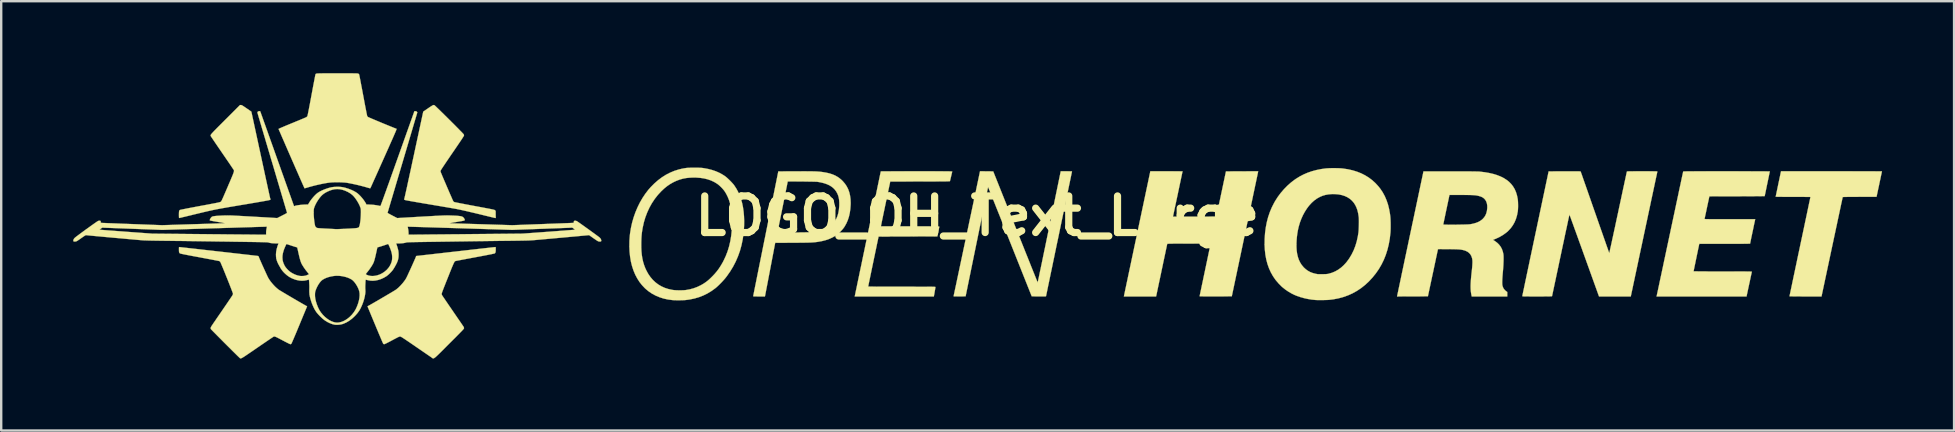
<source format=kicad_pcb>
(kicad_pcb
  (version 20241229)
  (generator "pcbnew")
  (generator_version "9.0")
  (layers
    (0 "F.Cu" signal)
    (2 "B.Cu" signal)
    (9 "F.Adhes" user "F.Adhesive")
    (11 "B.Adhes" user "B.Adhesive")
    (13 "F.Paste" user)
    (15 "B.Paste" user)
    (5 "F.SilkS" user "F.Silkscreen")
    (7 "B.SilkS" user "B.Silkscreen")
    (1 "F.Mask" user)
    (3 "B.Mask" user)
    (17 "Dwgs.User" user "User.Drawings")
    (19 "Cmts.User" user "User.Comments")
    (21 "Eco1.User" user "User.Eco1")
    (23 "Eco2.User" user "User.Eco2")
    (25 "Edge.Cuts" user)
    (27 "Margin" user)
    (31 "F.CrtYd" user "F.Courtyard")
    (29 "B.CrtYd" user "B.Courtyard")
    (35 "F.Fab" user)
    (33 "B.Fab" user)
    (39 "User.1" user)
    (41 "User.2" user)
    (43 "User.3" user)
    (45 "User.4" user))
  (footprint "LOGO_OH_Text_Large"
    (layer "F.Cu")
    (at 37.671 5.949)
    (property "Reference" "LOGO_OH_Text_Large" (at 0 0 0) (layer "F.SilkS") (effects (font (size 1.524 1.524) (thickness 0.3))))
    (attr through_hole board_only exclude_from_pos_files exclude_from_bom)
    (fp_poly (pts (xy 35.778 -1.863) (xy 35.961 -1.863) (xy 36.139 -1.863) (xy 36.311 -1.863) (xy 36.476 -1.862) (xy 36.634 -1.862) (xy 36.783 -1.862) (xy 36.924 -1.862) (xy 37.056 -1.862) (xy 37.177 -1.862) (xy 37.287 -1.862) (xy 37.386 -1.862) (xy 37.472 -1.861) (xy 37.545 -1.861) (xy 37.605 -1.861) (xy 37.649 -1.861) (xy 37.679 -1.861) (xy 37.692 -1.861) (xy 37.693 -1.861) (xy 37.691 -1.852) (xy 37.686 -1.829) (xy 37.679 -1.791) (xy 37.668 -1.741) (xy 37.655 -1.681) (xy 37.64 -1.61) (xy 37.624 -1.532) (xy 37.605 -1.446) (xy 37.586 -1.356) (xy 37.581 -1.329) (xy 37.468 -0.8) (xy 36.765 -0.798) (xy 36.634 -0.797) (xy 36.519 -0.797) (xy 36.42 -0.796) (xy 36.334 -0.796) (xy 36.262 -0.795) (xy 36.203 -0.794) (xy 36.155 -0.793) (xy 36.117 -0.792) (xy 36.09 -0.79) (xy 36.071 -0.789) (xy 36.061 -0.787) (xy 36.058 -0.785) (xy 36.055 -0.776) (xy 36.05 -0.751) (xy 36.041 -0.711) (xy 36.03 -0.656) (xy 36.015 -0.588) (xy 35.997 -0.507) (xy 35.977 -0.413) (xy 35.955 -0.308) (xy 35.93 -0.192) (xy 35.903 -0.065) (xy 35.874 0.07) (xy 35.843 0.215) (xy 35.811 0.368) (xy 35.776 0.528) (xy 35.741 0.695) (xy 35.704 0.867) (xy 35.666 1.045) (xy 35.627 1.228) (xy 35.614 1.289) (xy 35.175 3.353) (xy 34.508 3.353) (xy 34.373 3.353) (xy 34.252 3.352) (xy 34.147 3.352) (xy 34.056 3.351) (xy 33.981 3.35) (xy 33.922 3.349) (xy 33.879 3.348) (xy 33.852 3.346) (xy 33.841 3.345) (xy 33.841 3.344) (xy 33.843 3.336) (xy 33.848 3.311) (xy 33.856 3.271) (xy 33.868 3.216) (xy 33.882 3.148) (xy 33.899 3.067) (xy 33.919 2.974) (xy 33.941 2.869) (xy 33.965 2.753) (xy 33.992 2.626) (xy 34.02 2.491) (xy 34.051 2.346) (xy 34.083 2.194) (xy 34.117 2.034) (xy 34.152 1.867) (xy 34.188 1.694) (xy 34.226 1.517) (xy 34.265 1.334) (xy 34.277 1.274) (xy 34.316 1.091) (xy 34.354 0.911) (xy 34.391 0.737) (xy 34.427 0.568) (xy 34.461 0.406) (xy 34.493 0.252) (xy 34.525 0.105) (xy 34.554 -0.034) (xy 34.581 -0.163) (xy 34.606 -0.282) (xy 34.629 -0.39) (xy 34.649 -0.487) (xy 34.667 -0.572) (xy 34.683 -0.645) (xy 34.695 -0.703) (xy 34.704 -0.747) (xy 34.71 -0.777) (xy 34.713 -0.791) (xy 34.713 -0.792) (xy 34.705 -0.792) (xy 34.681 -0.793) (xy 34.643 -0.793) (xy 34.591 -0.794) (xy 34.527 -0.794) (xy 34.453 -0.795) (xy 34.369 -0.795) (xy 34.276 -0.796) (xy 34.176 -0.796) (xy 34.071 -0.796) (xy 33.989 -0.796) (xy 33.88 -0.796) (xy 33.776 -0.796) (xy 33.678 -0.797) (xy 33.588 -0.797) (xy 33.506 -0.798) (xy 33.434 -0.798) (xy 33.373 -0.799) (xy 33.325 -0.8) (xy 33.29 -0.801) (xy 33.27 -0.802) (xy 33.266 -0.803) (xy 33.267 -0.812) (xy 33.272 -0.836) (xy 33.28 -0.874) (xy 33.29 -0.924) (xy 33.303 -0.986) (xy 33.318 -1.056) (xy 33.334 -1.134) (xy 33.352 -1.219) (xy 33.371 -1.309) (xy 33.371 -1.313) (xy 33.39 -1.403) (xy 33.409 -1.489) (xy 33.425 -1.569) (xy 33.441 -1.642) (xy 33.454 -1.705) (xy 33.465 -1.758) (xy 33.474 -1.799) (xy 33.48 -1.827) (xy 33.482 -1.839) (xy 33.482 -1.839) (xy 33.487 -1.863) (xy 35.59 -1.863) (xy 35.778 -1.863)) (stroke (width 0.01) (type solid)) (fill yes) (layer "F.SilkS"))
    (fp_poly (pts (xy -22.624 -4.619) (xy -22.615 -4.612) (xy -22.595 -4.594) (xy -22.565 -4.567) (xy -22.527 -4.53) (xy -22.48 -4.485) (xy -22.426 -4.433) (xy -22.367 -4.375) (xy -22.302 -4.311) (xy -22.233 -4.244) (xy -22.162 -4.173) (xy -22.088 -4.1) (xy -22.014 -4.026) (xy -21.939 -3.952) (xy -21.865 -3.878) (xy -21.793 -3.807) (xy -21.725 -3.738) (xy -21.66 -3.672) (xy -21.6 -3.611) (xy -21.546 -3.556) (xy -21.498 -3.508) (xy -21.459 -3.467) (xy -21.429 -3.435) (xy -21.408 -3.413) (xy -21.398 -3.401) (xy -21.398 -3.4) (xy -21.389 -3.368) (xy -21.389 -3.348) (xy -21.395 -3.336) (xy -21.411 -3.309) (xy -21.436 -3.27) (xy -21.47 -3.217) (xy -21.514 -3.15) (xy -21.568 -3.07) (xy -21.631 -2.977) (xy -21.703 -2.871) (xy -21.784 -2.752) (xy -21.874 -2.621) (xy -21.953 -2.506) (xy -22.026 -2.399) (xy -22.093 -2.3) (xy -22.153 -2.211) (xy -22.207 -2.131) (xy -22.253 -2.062) (xy -22.292 -2.003) (xy -22.322 -1.956) (xy -22.344 -1.921) (xy -22.357 -1.899) (xy -22.361 -1.892) (xy -22.364 -1.866) (xy -22.363 -1.844) (xy -22.363 -1.843) (xy -22.359 -1.831) (xy -22.348 -1.804) (xy -22.332 -1.765) (xy -22.311 -1.715) (xy -22.287 -1.656) (xy -22.258 -1.589) (xy -22.227 -1.515) (xy -22.193 -1.435) (xy -22.157 -1.353) (xy -22.121 -1.268) (xy -22.084 -1.182) (xy -22.048 -1.098) (xy -22.012 -1.015) (xy -21.978 -0.936) (xy -21.946 -0.863) (xy -21.916 -0.796) (xy -21.891 -0.737) (xy -21.869 -0.688) (xy -21.852 -0.65) (xy -21.84 -0.625) (xy -21.834 -0.614) (xy -21.834 -0.614) (xy -21.814 -0.594) (xy -21.794 -0.581) (xy -21.783 -0.577) (xy -21.756 -0.571) (xy -21.715 -0.563) (xy -21.661 -0.552) (xy -21.594 -0.539) (xy -21.517 -0.523) (xy -21.43 -0.507) (xy -21.335 -0.488) (xy -21.232 -0.469) (xy -21.123 -0.448) (xy -21.009 -0.427) (xy -20.946 -0.415) (xy -20.811 -0.39) (xy -20.691 -0.368) (xy -20.586 -0.348) (xy -20.495 -0.331) (xy -20.416 -0.316) (xy -20.349 -0.303) (xy -20.292 -0.292) (xy -20.245 -0.283) (xy -20.207 -0.275) (xy -20.177 -0.268) (xy -20.153 -0.262) (xy -20.135 -0.257) (xy -20.122 -0.253) (xy -20.112 -0.249) (xy -20.105 -0.245) (xy -20.1 -0.241) (xy -20.096 -0.237) (xy -20.096 -0.237) (xy -20.07 -0.211) (xy -20.068 -0.063) (xy -20.065 0.085) (xy -20.085 0.084) (xy -20.096 0.082) (xy -20.123 0.076) (xy -20.163 0.067) (xy -20.214 0.054) (xy -20.277 0.04) (xy -20.348 0.022) (xy -20.427 0.003) (xy -20.512 -0.017) (xy -20.599 -0.039) (xy -20.787 -0.085) (xy -20.959 -0.126) (xy -21.117 -0.163) (xy -21.26 -0.197) (xy -21.39 -0.226) (xy -21.507 -0.252) (xy -21.612 -0.274) (xy -21.705 -0.293) (xy -21.742 -0.3) (xy -21.772 -0.305) (xy -21.817 -0.313) (xy -21.876 -0.323) (xy -21.948 -0.336) (xy -22.031 -0.35) (xy -22.124 -0.366) (xy -22.227 -0.383) (xy -22.337 -0.402) (xy -22.453 -0.422) (xy -22.574 -0.442) (xy -22.699 -0.463) (xy -22.827 -0.485) (xy -22.839 -0.487) (xy -22.964 -0.508) (xy -23.085 -0.528) (xy -23.201 -0.548) (xy -23.311 -0.567) (xy -23.413 -0.585) (xy -23.507 -0.601) (xy -23.592 -0.616) (xy -23.666 -0.629) (xy -23.727 -0.641) (xy -23.776 -0.65) (xy -23.811 -0.657) (xy -23.83 -0.661) (xy -23.832 -0.662) (xy -23.861 -0.672) (xy -23.876 -0.68) (xy -23.882 -0.688) (xy -23.881 -0.697) (xy -23.877 -0.711) (xy -23.872 -0.728) (xy -23.867 -0.749) (xy -23.86 -0.776) (xy -23.853 -0.808) (xy -23.844 -0.846) (xy -23.834 -0.891) (xy -23.822 -0.943) (xy -23.809 -1.004) (xy -23.793 -1.073) (xy -23.776 -1.152) (xy -23.756 -1.241) (xy -23.735 -1.341) (xy -23.711 -1.452) (xy -23.684 -1.575) (xy -23.655 -1.71) (xy -23.622 -1.859) (xy -23.587 -2.022) (xy -23.549 -2.2) (xy -23.507 -2.393) (xy -23.462 -2.602) (xy -23.461 -2.608) (xy -23.086 -4.348) (xy -22.889 -4.483) (xy -22.837 -4.519) (xy -22.789 -4.551) (xy -22.746 -4.578) (xy -22.71 -4.6) (xy -22.684 -4.615) (xy -22.67 -4.621) (xy -22.669 -4.621) (xy -22.643 -4.621) (xy -22.624 -4.619)) (stroke (width 0.01) (type solid)) (fill yes) (layer "F.SilkS"))
    (fp_poly (pts (xy -30.683 -4.623) (xy -30.671 -4.622) (xy -30.659 -4.619) (xy -30.644 -4.614) (xy -30.625 -4.604) (xy -30.601 -4.589) (xy -30.569 -4.569) (xy -30.528 -4.541) (xy -30.475 -4.505) (xy -30.446 -4.485) (xy -30.248 -4.348) (xy -29.865 -2.574) (xy -29.828 -2.403) (xy -29.792 -2.237) (xy -29.757 -2.075) (xy -29.723 -1.918) (xy -29.691 -1.768) (xy -29.66 -1.626) (xy -29.631 -1.491) (xy -29.603 -1.365) (xy -29.578 -1.248) (xy -29.555 -1.142) (xy -29.534 -1.047) (xy -29.516 -0.964) (xy -29.5 -0.893) (xy -29.488 -0.836) (xy -29.478 -0.794) (xy -29.472 -0.766) (xy -29.469 -0.754) (xy -29.46 -0.726) (xy -29.453 -0.702) (xy -29.45 -0.693) (xy -29.451 -0.684) (xy -29.461 -0.676) (xy -29.484 -0.667) (xy -29.503 -0.661) (xy -29.519 -0.657) (xy -29.551 -0.651) (xy -29.597 -0.642) (xy -29.656 -0.631) (xy -29.727 -0.618) (xy -29.81 -0.604) (xy -29.902 -0.587) (xy -30.004 -0.57) (xy -30.112 -0.551) (xy -30.228 -0.532) (xy -30.349 -0.511) (xy -30.474 -0.49) (xy -30.522 -0.482) (xy -30.692 -0.454) (xy -30.845 -0.428) (xy -30.985 -0.404) (xy -31.113 -0.383) (xy -31.229 -0.363) (xy -31.335 -0.344) (xy -31.432 -0.327) (xy -31.523 -0.311) (xy -31.607 -0.295) (xy -31.688 -0.28) (xy -31.765 -0.264) (xy -31.84 -0.249) (xy -31.915 -0.233) (xy -31.991 -0.216) (xy -32.07 -0.198) (xy -32.152 -0.179) (xy -32.239 -0.159) (xy -32.333 -0.136) (xy -32.435 -0.112) (xy -32.546 -0.085) (xy -32.667 -0.056) (xy -32.702 -0.047) (xy -32.795 -0.024) (xy -32.883 -0.003) (xy -32.965 0.017) (xy -33.04 0.035) (xy -33.106 0.05) (xy -33.161 0.064) (xy -33.205 0.074) (xy -33.236 0.081) (xy -33.252 0.084) (xy -33.254 0.085) (xy -33.259 0.081) (xy -33.262 0.07) (xy -33.264 0.048) (xy -33.265 0.014) (xy -33.266 -0.034) (xy -33.266 -0.055) (xy -33.265 -0.114) (xy -33.263 -0.159) (xy -33.26 -0.191) (xy -33.255 -0.215) (xy -33.246 -0.231) (xy -33.235 -0.244) (xy -33.226 -0.25) (xy -33.215 -0.253) (xy -33.187 -0.26) (xy -33.145 -0.269) (xy -33.089 -0.281) (xy -33.02 -0.294) (xy -32.938 -0.311) (xy -32.845 -0.329) (xy -32.741 -0.348) (xy -32.627 -0.37) (xy -32.505 -0.393) (xy -32.383 -0.416) (xy -32.247 -0.441) (xy -32.126 -0.463) (xy -32.02 -0.483) (xy -31.928 -0.501) (xy -31.848 -0.516) (xy -31.78 -0.529) (xy -31.723 -0.54) (xy -31.675 -0.55) (xy -31.636 -0.558) (xy -31.605 -0.565) (xy -31.581 -0.571) (xy -31.562 -0.576) (xy -31.548 -0.581) (xy -31.537 -0.585) (xy -31.529 -0.589) (xy -31.526 -0.591) (xy -31.519 -0.596) (xy -31.513 -0.602) (xy -31.507 -0.609) (xy -31.499 -0.62) (xy -31.491 -0.634) (xy -31.48 -0.654) (xy -31.468 -0.68) (xy -31.452 -0.714) (xy -31.433 -0.756) (xy -31.41 -0.807) (xy -31.384 -0.868) (xy -31.352 -0.941) (xy -31.315 -1.027) (xy -31.272 -1.127) (xy -31.232 -1.219) (xy -31.183 -1.335) (xy -31.139 -1.436) (xy -31.102 -1.523) (xy -31.071 -1.598) (xy -31.044 -1.662) (xy -31.022 -1.715) (xy -31.005 -1.76) (xy -30.992 -1.796) (xy -30.982 -1.826) (xy -30.976 -1.849) (xy -30.973 -1.868) (xy -30.972 -1.883) (xy -30.973 -1.895) (xy -30.976 -1.905) (xy -30.98 -1.915) (xy -30.983 -1.921) (xy -30.99 -1.931) (xy -31.005 -1.954) (xy -31.029 -1.989) (xy -31.06 -2.035) (xy -31.098 -2.092) (xy -31.142 -2.157) (xy -31.192 -2.23) (xy -31.247 -2.31) (xy -31.306 -2.396) (xy -31.368 -2.487) (xy -31.434 -2.583) (xy -31.463 -2.625) (xy -31.529 -2.722) (xy -31.593 -2.815) (xy -31.653 -2.903) (xy -31.71 -2.986) (xy -31.761 -3.062) (xy -31.808 -3.131) (xy -31.848 -3.191) (xy -31.882 -3.241) (xy -31.909 -3.281) (xy -31.927 -3.309) (xy -31.937 -3.325) (xy -31.939 -3.328) (xy -31.942 -3.337) (xy -31.945 -3.345) (xy -31.946 -3.353) (xy -31.945 -3.363) (xy -31.942 -3.374) (xy -31.935 -3.387) (xy -31.924 -3.403) (xy -31.908 -3.423) (xy -31.887 -3.448) (xy -31.86 -3.477) (xy -31.827 -3.513) (xy -31.786 -3.556) (xy -31.737 -3.605) (xy -31.68 -3.664) (xy -31.613 -3.731) (xy -31.537 -3.807) (xy -31.45 -3.894) (xy -31.352 -3.992) (xy -31.329 -4.015) (xy -30.721 -4.623) (xy -30.683 -4.623)) (stroke (width 0.01) (type solid)) (fill yes) (layer "F.SilkS"))
    (fp_poly (pts (xy 0.388 -1.861) (xy 0.663 -1.858) (xy 1.587 0.455) (xy 1.662 0.644) (xy 1.737 0.83) (xy 1.809 1.011) (xy 1.879 1.186) (xy 1.947 1.356) (xy 2.012 1.519) (xy 2.075 1.675) (xy 2.134 1.823) (xy 2.19 1.963) (xy 2.242 2.094) (xy 2.291 2.215) (xy 2.335 2.326) (xy 2.376 2.426) (xy 2.411 2.515) (xy 2.442 2.592) (xy 2.468 2.656) (xy 2.488 2.706) (xy 2.503 2.743) (xy 2.512 2.765) (xy 2.515 2.772) (xy 2.517 2.764) (xy 2.522 2.74) (xy 2.531 2.701) (xy 2.542 2.648) (xy 2.557 2.58) (xy 2.574 2.499) (xy 2.593 2.406) (xy 2.615 2.3) (xy 2.64 2.184) (xy 2.666 2.056) (xy 2.695 1.919) (xy 2.725 1.773) (xy 2.757 1.617) (xy 2.791 1.454) (xy 2.827 1.284) (xy 2.863 1.107) (xy 2.901 0.924) (xy 2.94 0.735) (xy 2.98 0.542) (xy 2.997 0.457) (xy 3.476 -1.863) (xy 3.711 -1.863) (xy 3.772 -1.862) (xy 3.827 -1.862) (xy 3.874 -1.861) (xy 3.911 -1.86) (xy 3.935 -1.859) (xy 3.945 -1.858) (xy 3.945 -1.857) (xy 3.944 -1.849) (xy 3.939 -1.824) (xy 3.93 -1.784) (xy 3.919 -1.73) (xy 3.905 -1.661) (xy 3.888 -1.579) (xy 3.868 -1.484) (xy 3.846 -1.377) (xy 3.821 -1.259) (xy 3.794 -1.129) (xy 3.765 -0.989) (xy 3.734 -0.84) (xy 3.701 -0.681) (xy 3.666 -0.514) (xy 3.63 -0.34) (xy 3.592 -0.158) (xy 3.553 0.03) (xy 3.512 0.225) (xy 3.471 0.424) (xy 3.428 0.628) (xy 3.404 0.745) (xy 3.361 0.952) (xy 3.318 1.154) (xy 3.277 1.351) (xy 3.237 1.543) (xy 3.199 1.729) (xy 3.161 1.907) (xy 3.126 2.079) (xy 3.092 2.242) (xy 3.059 2.397) (xy 3.029 2.542) (xy 3.001 2.677) (xy 2.975 2.802) (xy 2.951 2.916) (xy 2.93 3.018) (xy 2.912 3.107) (xy 2.896 3.183) (xy 2.883 3.246) (xy 2.873 3.294) (xy 2.866 3.327) (xy 2.862 3.345) (xy 2.862 3.348) (xy 2.854 3.349) (xy 2.83 3.35) (xy 2.794 3.351) (xy 2.747 3.351) (xy 2.69 3.351) (xy 2.626 3.351) (xy 2.565 3.351) (xy 2.268 3.349) (xy 1.36 1.07) (xy 1.285 0.882) (xy 1.212 0.698) (xy 1.14 0.518) (xy 1.071 0.344) (xy 1.004 0.176) (xy 0.94 0.015) (xy 0.878 -0.139) (xy 0.819 -0.286) (xy 0.764 -0.423) (xy 0.713 -0.552) (xy 0.665 -0.671) (xy 0.621 -0.78) (xy 0.582 -0.878) (xy 0.547 -0.964) (xy 0.517 -1.038) (xy 0.492 -1.099) (xy 0.473 -1.147) (xy 0.459 -1.181) (xy 0.451 -1.201) (xy 0.449 -1.205) (xy 0.447 -1.196) (xy 0.441 -1.172) (xy 0.433 -1.132) (xy 0.422 -1.078) (xy 0.407 -1.01) (xy 0.39 -0.929) (xy 0.371 -0.835) (xy 0.349 -0.729) (xy 0.325 -0.612) (xy 0.299 -0.484) (xy 0.27 -0.347) (xy 0.24 -0.2) (xy 0.208 -0.045) (xy 0.175 0.118) (xy 0.14 0.288) (xy 0.103 0.465) (xy 0.066 0.647) (xy 0.027 0.835) (xy -0.012 1.027) (xy -0.022 1.074) (xy -0.488 3.349) (xy -0.74 3.351) (xy -0.812 3.351) (xy -0.868 3.352) (xy -0.912 3.352) (xy -0.943 3.351) (xy -0.965 3.35) (xy -0.979 3.348) (xy -0.986 3.345) (xy -0.988 3.342) (xy -0.987 3.338) (xy -0.985 3.329) (xy -0.98 3.304) (xy -0.972 3.264) (xy -0.96 3.21) (xy -0.946 3.143) (xy -0.929 3.062) (xy -0.909 2.97) (xy -0.887 2.867) (xy -0.863 2.753) (xy -0.837 2.629) (xy -0.809 2.497) (xy -0.779 2.356) (xy -0.748 2.208) (xy -0.715 2.054) (xy -0.681 1.894) (xy -0.646 1.729) (xy -0.61 1.559) (xy -0.574 1.386) (xy -0.536 1.21) (xy -0.499 1.033) (xy -0.461 0.854) (xy -0.423 0.675) (xy -0.385 0.496) (xy -0.348 0.318) (xy -0.311 0.142) (xy -0.274 -0.031) (xy -0.238 -0.201) (xy -0.203 -0.366) (xy -0.169 -0.527) (xy -0.136 -0.681) (xy -0.105 -0.83) (xy -0.075 -0.971) (xy -0.047 -1.104) (xy -0.021 -1.228) (xy 0.003 -1.342) (xy 0.025 -1.446) (xy 0.045 -1.54) (xy 0.062 -1.621) (xy 0.076 -1.689) (xy 0.088 -1.744) (xy 0.096 -1.785) (xy 0.102 -1.811) (xy 0.103 -1.818) (xy 0.112 -1.863) (xy 0.388 -1.861)) (stroke (width 0.01) (type solid)) (fill yes) (layer "F.SilkS"))
    (fp_poly (pts (xy 14.919 -1.993) (xy 15.013 -1.991) (xy 15.101 -1.988) (xy 15.179 -1.983) (xy 15.227 -1.978) (xy 15.436 -1.947) (xy 15.633 -1.903) (xy 15.819 -1.846) (xy 15.994 -1.777) (xy 16.158 -1.694) (xy 16.312 -1.599) (xy 16.456 -1.49) (xy 16.59 -1.368) (xy 16.713 -1.233) (xy 16.797 -1.127) (xy 16.894 -0.981) (xy 16.979 -0.824) (xy 17.051 -0.655) (xy 17.112 -0.476) (xy 17.159 -0.285) (xy 17.195 -0.085) (xy 17.209 0.03) (xy 17.214 0.096) (xy 17.218 0.175) (xy 17.221 0.263) (xy 17.222 0.356) (xy 17.222 0.449) (xy 17.221 0.539) (xy 17.218 0.622) (xy 17.214 0.693) (xy 17.213 0.698) (xy 17.186 0.943) (xy 17.144 1.179) (xy 17.089 1.404) (xy 17.02 1.62) (xy 16.937 1.827) (xy 16.84 2.025) (xy 16.729 2.214) (xy 16.603 2.395) (xy 16.463 2.568) (xy 16.311 2.731) (xy 16.155 2.875) (xy 15.991 3.005) (xy 15.819 3.12) (xy 15.64 3.22) (xy 15.452 3.305) (xy 15.256 3.375) (xy 15.052 3.431) (xy 14.84 3.472) (xy 14.679 3.492) (xy 14.636 3.496) (xy 14.579 3.499) (xy 14.512 3.501) (xy 14.438 3.503) (xy 14.362 3.504) (xy 14.287 3.504) (xy 14.216 3.504) (xy 14.152 3.503) (xy 14.1 3.501) (xy 14.08 3.499) (xy 13.923 3.483) (xy 13.764 3.456) (xy 13.605 3.421) (xy 13.451 3.377) (xy 13.307 3.327) (xy 13.211 3.287) (xy 13.084 3.224) (xy 12.957 3.149) (xy 12.834 3.065) (xy 12.722 2.976) (xy 12.676 2.936) (xy 12.545 2.803) (xy 12.426 2.662) (xy 12.322 2.511) (xy 12.231 2.351) (xy 12.154 2.182) (xy 12.09 2.002) (xy 12.04 1.813) (xy 12.003 1.614) (xy 11.98 1.404) (xy 11.969 1.185) (xy 11.97 1.176) (xy 13.297 1.176) (xy 13.299 1.313) (xy 13.307 1.441) (xy 13.323 1.556) (xy 13.327 1.579) (xy 13.358 1.711) (xy 13.399 1.83) (xy 13.451 1.938) (xy 13.514 2.037) (xy 13.59 2.129) (xy 13.604 2.144) (xy 13.687 2.22) (xy 13.775 2.284) (xy 13.871 2.336) (xy 13.977 2.377) (xy 14.094 2.408) (xy 14.186 2.425) (xy 14.202 2.426) (xy 14.232 2.426) (xy 14.273 2.427) (xy 14.322 2.426) (xy 14.376 2.426) (xy 14.389 2.426) (xy 14.456 2.424) (xy 14.509 2.423) (xy 14.552 2.42) (xy 14.587 2.416) (xy 14.618 2.411) (xy 14.639 2.406) (xy 14.779 2.365) (xy 14.912 2.309) (xy 15.037 2.238) (xy 15.156 2.152) (xy 15.268 2.051) (xy 15.374 1.935) (xy 15.474 1.802) (xy 15.504 1.757) (xy 15.6 1.596) (xy 15.683 1.427) (xy 15.752 1.248) (xy 15.809 1.059) (xy 15.853 0.859) (xy 15.88 0.694) (xy 15.885 0.644) (xy 15.89 0.582) (xy 15.893 0.51) (xy 15.896 0.433) (xy 15.898 0.354) (xy 15.899 0.275) (xy 15.899 0.201) (xy 15.898 0.134) (xy 15.896 0.078) (xy 15.892 0.042) (xy 15.87 -0.103) (xy 15.839 -0.235) (xy 15.797 -0.353) (xy 15.745 -0.46) (xy 15.683 -0.555) (xy 15.61 -0.639) (xy 15.609 -0.64) (xy 15.52 -0.717) (xy 15.42 -0.781) (xy 15.31 -0.832) (xy 15.188 -0.871) (xy 15.057 -0.898) (xy 14.915 -0.911) (xy 14.774 -0.912) (xy 14.638 -0.901) (xy 14.511 -0.879) (xy 14.393 -0.845) (xy 14.28 -0.798) (xy 14.169 -0.737) (xy 14.144 -0.722) (xy 14.033 -0.641) (xy 13.928 -0.546) (xy 13.828 -0.436) (xy 13.735 -0.314) (xy 13.649 -0.18) (xy 13.57 -0.036) (xy 13.501 0.116) (xy 13.441 0.276) (xy 13.392 0.443) (xy 13.386 0.464) (xy 13.356 0.601) (xy 13.332 0.743) (xy 13.314 0.888) (xy 13.303 1.034) (xy 13.297 1.176) (xy 11.97 1.176) (xy 11.973 0.955) (xy 11.989 0.713) (xy 12.019 0.481) (xy 12.062 0.258) (xy 12.118 0.044) (xy 12.188 -0.162) (xy 12.272 -0.361) (xy 12.37 -0.553) (xy 12.416 -0.633) (xy 12.524 -0.801) (xy 12.646 -0.964) (xy 12.779 -1.118) (xy 12.921 -1.263) (xy 13.07 -1.395) (xy 13.225 -1.513) (xy 13.271 -1.545) (xy 13.43 -1.644) (xy 13.593 -1.729) (xy 13.762 -1.802) (xy 13.938 -1.863) (xy 14.124 -1.913) (xy 14.32 -1.953) (xy 14.495 -1.978) (xy 14.561 -1.984) (xy 14.641 -1.989) (xy 14.729 -1.992) (xy 14.824 -1.994) (xy 14.919 -1.993)) (stroke (width 0.01) (type solid)) (fill yes) (layer "F.SilkS"))
    (fp_poly (pts (xy 11.697 -1.831) (xy 11.695 -1.82) (xy 11.689 -1.794) (xy 11.68 -1.752) (xy 11.669 -1.695) (xy 11.654 -1.624) (xy 11.636 -1.54) (xy 11.616 -1.444) (xy 11.593 -1.335) (xy 11.567 -1.215) (xy 11.54 -1.084) (xy 11.51 -0.942) (xy 11.478 -0.792) (xy 11.445 -0.632) (xy 11.409 -0.464) (xy 11.372 -0.288) (xy 11.333 -0.106) (xy 11.294 0.083) (xy 11.252 0.277) (xy 11.21 0.477) (xy 11.167 0.681) (xy 11.147 0.775) (xy 10.603 3.349) (xy 9.933 3.351) (xy 9.795 3.351) (xy 9.675 3.351) (xy 9.57 3.351) (xy 9.481 3.351) (xy 9.408 3.35) (xy 9.35 3.349) (xy 9.307 3.348) (xy 9.279 3.347) (xy 9.265 3.345) (xy 9.263 3.344) (xy 9.264 3.335) (xy 9.269 3.31) (xy 9.277 3.271) (xy 9.288 3.218) (xy 9.302 3.152) (xy 9.318 3.075) (xy 9.337 2.986) (xy 9.357 2.889) (xy 9.38 2.782) (xy 9.404 2.668) (xy 9.429 2.547) (xy 9.456 2.42) (xy 9.484 2.289) (xy 9.491 2.253) (xy 9.519 2.12) (xy 9.546 1.992) (xy 9.572 1.87) (xy 9.596 1.754) (xy 9.619 1.645) (xy 9.64 1.545) (xy 9.659 1.454) (xy 9.676 1.373) (xy 9.69 1.304) (xy 9.702 1.248) (xy 9.711 1.205) (xy 9.717 1.176) (xy 9.72 1.162) (xy 9.72 1.161) (xy 9.715 1.16) (xy 9.702 1.158) (xy 9.678 1.157) (xy 9.644 1.156) (xy 9.599 1.155) (xy 9.542 1.154) (xy 9.473 1.153) (xy 9.39 1.153) (xy 9.294 1.152) (xy 9.182 1.152) (xy 9.056 1.152) (xy 8.914 1.151) (xy 8.819 1.151) (xy 8.675 1.151) (xy 8.548 1.152) (xy 8.436 1.152) (xy 8.338 1.152) (xy 8.253 1.152) (xy 8.18 1.152) (xy 8.118 1.153) (xy 8.067 1.153) (xy 8.025 1.154) (xy 7.992 1.155) (xy 7.966 1.156) (xy 7.946 1.157) (xy 7.932 1.159) (xy 7.923 1.16) (xy 7.917 1.162) (xy 7.914 1.164) (xy 7.913 1.166) (xy 7.911 1.176) (xy 7.905 1.202) (xy 7.896 1.242) (xy 7.885 1.296) (xy 7.871 1.362) (xy 7.854 1.44) (xy 7.836 1.528) (xy 7.815 1.626) (xy 7.792 1.733) (xy 7.768 1.847) (xy 7.742 1.968) (xy 7.716 2.095) (xy 7.688 2.226) (xy 7.683 2.248) (xy 7.656 2.38) (xy 7.629 2.507) (xy 7.603 2.629) (xy 7.578 2.745) (xy 7.555 2.853) (xy 7.534 2.953) (xy 7.515 3.044) (xy 7.498 3.124) (xy 7.484 3.193) (xy 7.472 3.249) (xy 7.463 3.292) (xy 7.457 3.32) (xy 7.454 3.333) (xy 7.454 3.334) (xy 7.449 3.353) (xy 6.107 3.353) (xy 6.134 3.224) (xy 6.138 3.205) (xy 6.145 3.17) (xy 6.156 3.12) (xy 6.169 3.056) (xy 6.186 2.978) (xy 6.205 2.886) (xy 6.227 2.782) (xy 6.252 2.667) (xy 6.278 2.54) (xy 6.307 2.403) (xy 6.338 2.256) (xy 6.371 2.101) (xy 6.406 1.936) (xy 6.442 1.765) (xy 6.48 1.586) (xy 6.519 1.401) (xy 6.559 1.211) (xy 6.601 1.015) (xy 6.643 0.815) (xy 6.685 0.616) (xy 7.209 -1.863) (xy 7.88 -1.863) (xy 7.985 -1.863) (xy 8.085 -1.863) (xy 8.179 -1.862) (xy 8.265 -1.862) (xy 8.342 -1.862) (xy 8.409 -1.862) (xy 8.465 -1.861) (xy 8.508 -1.861) (xy 8.537 -1.861) (xy 8.55 -1.86) (xy 8.551 -1.86) (xy 8.55 -1.851) (xy 8.545 -1.828) (xy 8.537 -1.79) (xy 8.526 -1.739) (xy 8.513 -1.677) (xy 8.498 -1.605) (xy 8.481 -1.524) (xy 8.462 -1.435) (xy 8.442 -1.34) (xy 8.421 -1.24) (xy 8.399 -1.136) (xy 8.376 -1.03) (xy 8.354 -0.922) (xy 8.331 -0.815) (xy 8.308 -0.708) (xy 8.286 -0.605) (xy 8.265 -0.505) (xy 8.245 -0.411) (xy 8.226 -0.323) (xy 8.209 -0.242) (xy 8.194 -0.171) (xy 8.181 -0.11) (xy 8.171 -0.06) (xy 8.163 -0.024) (xy 8.158 -0.001) (xy 8.156 0.006) (xy 8.152 0.025) (xy 9.054 0.025) (xy 9.199 0.025) (xy 9.327 0.025) (xy 9.44 0.025) (xy 9.539 0.025) (xy 9.625 0.025) (xy 9.699 0.024) (xy 9.761 0.024) (xy 9.812 0.023) (xy 9.855 0.022) (xy 9.888 0.022) (xy 9.914 0.02) (xy 9.934 0.019) (xy 9.947 0.018) (xy 9.956 0.016) (xy 9.961 0.014) (xy 9.962 0.012) (xy 9.965 0.002) (xy 9.97 -0.023) (xy 9.979 -0.063) (xy 9.991 -0.116) (xy 10.005 -0.181) (xy 10.021 -0.258) (xy 10.04 -0.345) (xy 10.06 -0.441) (xy 10.082 -0.545) (xy 10.106 -0.656) (xy 10.131 -0.773) (xy 10.156 -0.894) (xy 10.164 -0.93) (xy 10.36 -1.858) (xy 11.031 -1.861) (xy 11.702 -1.863) (xy 11.697 -1.831)) (stroke (width 0.01) (type solid)) (fill yes) (layer "F.SilkS"))
    (fp_poly (pts (xy -7.16 -1.862) (xy -7.058 -1.861) (xy -6.969 -1.861) (xy -6.89 -1.86) (xy -6.82 -1.858) (xy -6.758 -1.857) (xy -6.703 -1.854) (xy -6.653 -1.852) (xy -6.607 -1.848) (xy -6.564 -1.845) (xy -6.523 -1.84) (xy -6.481 -1.835) (xy -6.439 -1.829) (xy -6.43 -1.828) (xy -6.284 -1.803) (xy -6.152 -1.772) (xy -6.033 -1.733) (xy -5.924 -1.687) (xy -5.825 -1.631) (xy -5.732 -1.566) (xy -5.645 -1.491) (xy -5.6 -1.445) (xy -5.513 -1.343) (xy -5.44 -1.233) (xy -5.38 -1.114) (xy -5.334 -0.986) (xy -5.302 -0.848) (xy -5.282 -0.7) (xy -5.276 -0.543) (xy -5.278 -0.461) (xy -5.291 -0.285) (xy -5.315 -0.121) (xy -5.35 0.032) (xy -5.397 0.175) (xy -5.456 0.31) (xy -5.527 0.436) (xy -5.546 0.466) (xy -5.589 0.524) (xy -5.642 0.586) (xy -5.703 0.65) (xy -5.767 0.711) (xy -5.83 0.765) (xy -5.89 0.81) (xy -5.898 0.815) (xy -6.023 0.889) (xy -6.162 0.953) (xy -6.312 1.006) (xy -6.473 1.047) (xy -6.645 1.078) (xy -6.651 1.079) (xy -6.691 1.084) (xy -6.731 1.089) (xy -6.771 1.093) (xy -6.813 1.097) (xy -6.857 1.1) (xy -6.906 1.103) (xy -6.96 1.106) (xy -7.021 1.108) (xy -7.091 1.109) (xy -7.17 1.111) (xy -7.26 1.112) (xy -7.362 1.113) (xy -7.478 1.114) (xy -7.608 1.115) (xy -7.692 1.115) (xy -8.421 1.119) (xy -8.627 2.196) (xy -8.652 2.329) (xy -8.677 2.458) (xy -8.701 2.582) (xy -8.723 2.7) (xy -8.744 2.81) (xy -8.764 2.913) (xy -8.782 3.006) (xy -8.798 3.088) (xy -8.811 3.16) (xy -8.823 3.219) (xy -8.831 3.264) (xy -8.838 3.296) (xy -8.841 3.312) (xy -8.841 3.313) (xy -8.849 3.353) (xy -9.094 3.353) (xy -9.168 3.353) (xy -9.227 3.352) (xy -9.271 3.351) (xy -9.303 3.35) (xy -9.324 3.348) (xy -9.335 3.345) (xy -9.339 3.342) (xy -9.337 3.333) (xy -9.332 3.308) (xy -9.324 3.268) (xy -9.313 3.213) (xy -9.299 3.144) (xy -9.283 3.061) (xy -9.264 2.966) (xy -9.242 2.858) (xy -9.218 2.739) (xy -9.192 2.609) (xy -9.164 2.469) (xy -9.134 2.319) (xy -9.102 2.16) (xy -9.068 1.993) (xy -9.033 1.818) (xy -8.996 1.635) (xy -8.958 1.447) (xy -8.919 1.252) (xy -8.879 1.052) (xy -8.837 0.848) (xy -8.815 0.737) (xy -8.803 0.676) (xy -8.323 0.676) (xy -8.315 0.677) (xy -8.291 0.679) (xy -8.253 0.681) (xy -8.204 0.682) (xy -8.143 0.683) (xy -8.073 0.684) (xy -7.996 0.685) (xy -7.913 0.685) (xy -7.824 0.686) (xy -7.733 0.686) (xy -7.64 0.686) (xy -7.548 0.686) (xy -7.457 0.686) (xy -7.369 0.685) (xy -7.285 0.684) (xy -7.208 0.683) (xy -7.139 0.682) (xy -7.079 0.681) (xy -7.03 0.679) (xy -6.996 0.677) (xy -6.842 0.664) (xy -6.703 0.645) (xy -6.575 0.618) (xy -6.457 0.584) (xy -6.347 0.541) (xy -6.31 0.525) (xy -6.199 0.465) (xy -6.1 0.395) (xy -6.014 0.315) (xy -5.941 0.225) (xy -5.88 0.124) (xy -5.831 0.012) (xy -5.794 -0.112) (xy -5.768 -0.247) (xy -5.754 -0.395) (xy -5.751 -0.445) (xy -5.751 -0.561) (xy -5.758 -0.665) (xy -5.773 -0.758) (xy -5.796 -0.844) (xy -5.827 -0.925) (xy -5.829 -0.928) (xy -5.878 -1.019) (xy -5.939 -1.101) (xy -6.01 -1.173) (xy -6.094 -1.236) (xy -6.189 -1.29) (xy -6.299 -1.337) (xy -6.421 -1.375) (xy -6.559 -1.406) (xy -6.659 -1.423) (xy -6.677 -1.425) (xy -6.709 -1.426) (xy -6.754 -1.428) (xy -6.811 -1.429) (xy -6.876 -1.431) (xy -6.949 -1.432) (xy -7.029 -1.433) (xy -7.113 -1.435) (xy -7.201 -1.436) (xy -7.289 -1.437) (xy -7.378 -1.438) (xy -7.464 -1.438) (xy -7.548 -1.439) (xy -7.626 -1.439) (xy -7.697 -1.439) (xy -7.761 -1.439) (xy -7.814 -1.439) (xy -7.856 -1.438) (xy -7.884 -1.437) (xy -7.898 -1.436) (xy -7.899 -1.436) (xy -7.901 -1.427) (xy -7.906 -1.403) (xy -7.914 -1.364) (xy -7.924 -1.311) (xy -7.937 -1.246) (xy -7.953 -1.169) (xy -7.97 -1.082) (xy -7.99 -0.985) (xy -8.011 -0.879) (xy -8.034 -0.766) (xy -8.058 -0.646) (xy -8.083 -0.52) (xy -8.11 -0.39) (xy -8.111 -0.383) (xy -8.137 -0.252) (xy -8.163 -0.126) (xy -8.187 -0.006) (xy -8.21 0.109) (xy -8.231 0.215) (xy -8.251 0.313) (xy -8.269 0.401) (xy -8.284 0.479) (xy -8.297 0.546) (xy -8.308 0.599) (xy -8.316 0.64) (xy -8.321 0.665) (xy -8.323 0.675) (xy -8.323 0.676) (xy -8.803 0.676) (xy -8.292 -1.858) (xy -7.547 -1.861) (xy -7.403 -1.861) (xy -7.274 -1.862) (xy -7.16 -1.862)) (stroke (width 0.01) (type solid)) (fill yes) (layer "F.SilkS"))
    (fp_poly (pts (xy -11.706 -2.01) (xy -11.641 -2.01) (xy -11.587 -2.009) (xy -11.543 -2.007) (xy -11.504 -2.005) (xy -11.469 -2.002) (xy -11.435 -1.998) (xy -11.4 -1.993) (xy -11.388 -1.991) (xy -11.211 -1.958) (xy -11.047 -1.915) (xy -10.894 -1.863) (xy -10.751 -1.8) (xy -10.616 -1.726) (xy -10.511 -1.658) (xy -10.47 -1.626) (xy -10.421 -1.584) (xy -10.367 -1.534) (xy -10.311 -1.48) (xy -10.257 -1.425) (xy -10.207 -1.371) (xy -10.163 -1.321) (xy -10.13 -1.278) (xy -10.127 -1.274) (xy -10.039 -1.139) (xy -9.964 -1) (xy -9.899 -0.855) (xy -9.845 -0.701) (xy -9.8 -0.54) (xy -9.764 -0.367) (xy -9.738 -0.183) (xy -9.721 0.01) (xy -9.714 0.209) (xy -9.717 0.413) (xy -9.73 0.619) (xy -9.753 0.825) (xy -9.775 0.974) (xy -9.825 1.216) (xy -9.89 1.452) (xy -9.971 1.679) (xy -10.066 1.899) (xy -10.177 2.113) (xy -10.303 2.32) (xy -10.445 2.52) (xy -10.493 2.582) (xy -10.535 2.632) (xy -10.586 2.689) (xy -10.642 2.75) (xy -10.702 2.812) (xy -10.762 2.872) (xy -10.82 2.927) (xy -10.872 2.974) (xy -10.914 3.009) (xy -11.074 3.125) (xy -11.242 3.227) (xy -11.417 3.313) (xy -11.6 3.384) (xy -11.79 3.439) (xy -11.988 3.48) (xy -12.143 3.501) (xy -12.203 3.506) (xy -12.275 3.509) (xy -12.355 3.511) (xy -12.438 3.512) (xy -12.521 3.512) (xy -12.598 3.51) (xy -12.665 3.507) (xy -12.704 3.504) (xy -12.893 3.479) (xy -13.071 3.44) (xy -13.24 3.386) (xy -13.4 3.319) (xy -13.551 3.238) (xy -13.692 3.143) (xy -13.824 3.034) (xy -13.857 3.003) (xy -13.973 2.88) (xy -14.079 2.745) (xy -14.173 2.597) (xy -14.256 2.439) (xy -14.327 2.269) (xy -14.386 2.09) (xy -14.433 1.901) (xy -14.466 1.704) (xy -14.469 1.682) (xy -14.49 1.471) (xy -14.497 1.29) (xy -14.002 1.29) (xy -13.995 1.46) (xy -13.98 1.618) (xy -13.957 1.766) (xy -13.926 1.905) (xy -13.886 2.037) (xy -13.838 2.165) (xy -13.792 2.265) (xy -13.713 2.41) (xy -13.623 2.541) (xy -13.523 2.659) (xy -13.413 2.763) (xy -13.293 2.854) (xy -13.164 2.931) (xy -13.025 2.994) (xy -12.877 3.042) (xy -12.72 3.077) (xy -12.666 3.085) (xy -12.607 3.091) (xy -12.536 3.095) (xy -12.457 3.097) (xy -12.375 3.098) (xy -12.294 3.096) (xy -12.219 3.093) (xy -12.155 3.087) (xy -12.14 3.085) (xy -11.977 3.056) (xy -11.816 3.012) (xy -11.66 2.953) (xy -11.511 2.881) (xy -11.397 2.814) (xy -11.334 2.771) (xy -11.277 2.73) (xy -11.223 2.687) (xy -11.169 2.64) (xy -11.11 2.584) (xy -11.053 2.528) (xy -10.947 2.417) (xy -10.852 2.305) (xy -10.766 2.19) (xy -10.686 2.066) (xy -10.608 1.932) (xy -10.57 1.858) (xy -10.48 1.667) (xy -10.404 1.468) (xy -10.341 1.262) (xy -10.291 1.046) (xy -10.254 0.821) (xy -10.23 0.586) (xy -10.22 0.412) (xy -10.217 0.201) (xy -10.224 0.004) (xy -10.239 -0.181) (xy -10.265 -0.353) (xy -10.301 -0.513) (xy -10.346 -0.663) (xy -10.402 -0.802) (xy -10.468 -0.932) (xy -10.525 -1.025) (xy -10.568 -1.082) (xy -10.621 -1.144) (xy -10.68 -1.206) (xy -10.742 -1.264) (xy -10.803 -1.315) (xy -10.842 -1.343) (xy -10.963 -1.417) (xy -11.093 -1.478) (xy -11.231 -1.526) (xy -11.379 -1.563) (xy -11.537 -1.587) (xy -11.706 -1.6) (xy -11.815 -1.602) (xy -11.976 -1.596) (xy -12.126 -1.581) (xy -12.269 -1.554) (xy -12.406 -1.515) (xy -12.542 -1.463) (xy -12.66 -1.408) (xy -12.793 -1.333) (xy -12.92 -1.247) (xy -13.044 -1.147) (xy -13.167 -1.032) (xy -13.17 -1.029) (xy -13.312 -0.875) (xy -13.441 -0.71) (xy -13.558 -0.534) (xy -13.662 -0.348) (xy -13.752 -0.153) (xy -13.83 0.051) (xy -13.893 0.262) (xy -13.941 0.481) (xy -13.948 0.518) (xy -13.963 0.61) (xy -13.976 0.696) (xy -13.985 0.779) (xy -13.992 0.863) (xy -13.997 0.954) (xy -14 1.056) (xy -14.001 1.107) (xy -14.002 1.29) (xy -14.497 1.29) (xy -14.498 1.253) (xy -14.495 1.033) (xy -14.479 0.818) (xy -14.469 0.728) (xy -14.433 0.503) (xy -14.384 0.281) (xy -14.321 0.062) (xy -14.246 -0.151) (xy -14.159 -0.358) (xy -14.061 -0.557) (xy -13.952 -0.746) (xy -13.833 -0.925) (xy -13.706 -1.091) (xy -13.608 -1.202) (xy -13.457 -1.354) (xy -13.302 -1.49) (xy -13.142 -1.61) (xy -12.977 -1.715) (xy -12.806 -1.803) (xy -12.63 -1.877) (xy -12.447 -1.935) (xy -12.332 -1.963) (xy -12.272 -1.976) (xy -12.218 -1.986) (xy -12.168 -1.994) (xy -12.118 -2.001) (xy -12.066 -2.005) (xy -12.009 -2.008) (xy -11.944 -2.01) (xy -11.867 -2.01) (xy -11.786 -2.01) (xy -11.706 -2.01)) (stroke (width 0.01) (type solid)) (fill yes) (layer "F.SilkS"))
    (fp_poly (pts (xy -26.707 -5.944) (xy -26.665 -5.944) (xy -26.526 -5.944) (xy -26.402 -5.944) (xy -26.293 -5.943) (xy -26.198 -5.943) (xy -26.117 -5.943) (xy -26.047 -5.943) (xy -25.988 -5.942) (xy -25.939 -5.941) (xy -25.899 -5.94) (xy -25.867 -5.94) (xy -25.842 -5.938) (xy -25.823 -5.937) (xy -25.81 -5.935) (xy -25.8 -5.933) (xy -25.793 -5.931) (xy -25.789 -5.93) (xy -25.769 -5.913) (xy -25.756 -5.896) (xy -25.754 -5.885) (xy -25.748 -5.858) (xy -25.74 -5.817) (xy -25.729 -5.763) (xy -25.716 -5.697) (xy -25.701 -5.62) (xy -25.685 -5.533) (xy -25.667 -5.438) (xy -25.647 -5.335) (xy -25.626 -5.225) (xy -25.605 -5.111) (xy -25.59 -5.033) (xy -25.568 -4.915) (xy -25.547 -4.802) (xy -25.527 -4.694) (xy -25.508 -4.594) (xy -25.49 -4.501) (xy -25.473 -4.417) (xy -25.459 -4.343) (xy -25.447 -4.281) (xy -25.436 -4.231) (xy -25.429 -4.194) (xy -25.424 -4.173) (xy -25.422 -4.167) (xy -25.406 -4.144) (xy -25.39 -4.126) (xy -25.38 -4.121) (xy -25.356 -4.11) (xy -25.319 -4.094) (xy -25.271 -4.073) (xy -25.213 -4.048) (xy -25.147 -4.02) (xy -25.075 -3.99) (xy -24.997 -3.957) (xy -24.915 -3.923) (xy -24.832 -3.888) (xy -24.747 -3.853) (xy -24.664 -3.819) (xy -24.582 -3.785) (xy -24.505 -3.754) (xy -24.433 -3.724) (xy -24.367 -3.698) (xy -24.31 -3.675) (xy -24.263 -3.656) (xy -24.227 -3.642) (xy -24.204 -3.633) (xy -24.196 -3.631) (xy -24.195 -3.628) (xy -24.197 -3.62) (xy -24.202 -3.606) (xy -24.21 -3.585) (xy -24.221 -3.557) (xy -24.235 -3.521) (xy -24.254 -3.477) (xy -24.277 -3.424) (xy -24.304 -3.361) (xy -24.336 -3.288) (xy -24.373 -3.204) (xy -24.416 -3.108) (xy -24.464 -3) (xy -24.517 -2.879) (xy -24.577 -2.745) (xy -24.643 -2.597) (xy -24.716 -2.434) (xy -24.731 -2.4) (xy -24.792 -2.264) (xy -24.852 -2.131) (xy -24.909 -2.003) (xy -24.963 -1.882) (xy -25.015 -1.766) (xy -25.063 -1.659) (xy -25.108 -1.559) (xy -25.149 -1.469) (xy -25.185 -1.388) (xy -25.216 -1.319) (xy -25.242 -1.261) (xy -25.263 -1.215) (xy -25.278 -1.183) (xy -25.286 -1.164) (xy -25.288 -1.16) (xy -25.293 -1.156) (xy -25.304 -1.156) (xy -25.322 -1.158) (xy -25.35 -1.165) (xy -25.391 -1.177) (xy -25.418 -1.185) (xy -25.539 -1.22) (xy -25.67 -1.254) (xy -25.804 -1.288) (xy -25.94 -1.319) (xy -26.071 -1.346) (xy -26.193 -1.37) (xy -26.281 -1.385) (xy -26.331 -1.391) (xy -26.396 -1.396) (xy -26.47 -1.4) (xy -26.551 -1.403) (xy -26.636 -1.404) (xy -26.721 -1.404) (xy -26.802 -1.403) (xy -26.876 -1.4) (xy -26.94 -1.396) (xy -26.974 -1.393) (xy -27.071 -1.38) (xy -27.18 -1.362) (xy -27.299 -1.339) (xy -27.424 -1.312) (xy -27.552 -1.283) (xy -27.679 -1.251) (xy -27.802 -1.218) (xy -27.887 -1.193) (xy -27.933 -1.179) (xy -27.973 -1.168) (xy -28.005 -1.159) (xy -28.025 -1.153) (xy -28.031 -1.152) (xy -28.035 -1.159) (xy -28.046 -1.182) (xy -28.062 -1.218) (xy -28.084 -1.267) (xy -28.112 -1.329) (xy -28.144 -1.402) (xy -28.181 -1.485) (xy -28.222 -1.578) (xy -28.267 -1.681) (xy -28.315 -1.791) (xy -28.367 -1.908) (xy -28.421 -2.032) (xy -28.478 -2.162) (xy -28.537 -2.296) (xy -28.575 -2.384) (xy -28.635 -2.521) (xy -28.693 -2.654) (xy -28.749 -2.782) (xy -28.802 -2.904) (xy -28.852 -3.02) (xy -28.899 -3.128) (xy -28.943 -3.228) (xy -28.982 -3.318) (xy -29.017 -3.399) (xy -29.047 -3.469) (xy -29.072 -3.527) (xy -29.092 -3.572) (xy -29.106 -3.604) (xy -29.113 -3.623) (xy -29.115 -3.626) (xy -29.108 -3.631) (xy -29.085 -3.642) (xy -29.049 -3.659) (xy -28.999 -3.681) (xy -28.936 -3.708) (xy -28.861 -3.74) (xy -28.775 -3.776) (xy -28.678 -3.816) (xy -28.571 -3.86) (xy -28.548 -3.869) (xy -28.454 -3.908) (xy -28.365 -3.945) (xy -28.28 -3.979) (xy -28.203 -4.012) (xy -28.133 -4.041) (xy -28.073 -4.066) (xy -28.024 -4.087) (xy -27.986 -4.104) (xy -27.962 -4.115) (xy -27.953 -4.119) (xy -27.931 -4.139) (xy -27.913 -4.164) (xy -27.912 -4.166) (xy -27.908 -4.179) (xy -27.902 -4.208) (xy -27.892 -4.252) (xy -27.88 -4.31) (xy -27.866 -4.382) (xy -27.849 -4.466) (xy -27.831 -4.563) (xy -27.81 -4.67) (xy -27.788 -4.788) (xy -27.764 -4.916) (xy -27.741 -5.041) (xy -27.719 -5.158) (xy -27.698 -5.271) (xy -27.678 -5.379) (xy -27.659 -5.479) (xy -27.641 -5.572) (xy -27.625 -5.655) (xy -27.611 -5.728) (xy -27.599 -5.79) (xy -27.589 -5.84) (xy -27.582 -5.876) (xy -27.577 -5.897) (xy -27.575 -5.902) (xy -27.572 -5.909) (xy -27.568 -5.915) (xy -27.564 -5.92) (xy -27.557 -5.924) (xy -27.548 -5.928) (xy -27.534 -5.932) (xy -27.516 -5.934) (xy -27.491 -5.937) (xy -27.46 -5.939) (xy -27.421 -5.94) (xy -27.373 -5.941) (xy -27.315 -5.942) (xy -27.246 -5.943) (xy -27.166 -5.943) (xy -27.073 -5.943) (xy -26.966 -5.944) (xy -26.844 -5.944) (xy -26.707 -5.944)) (stroke (width 0.01) (type solid)) (fill yes) (layer "F.SilkS"))
    (fp_poly (pts (xy 19.884 -1.858) (xy 20.041 -1.858) (xy 20.183 -1.858) (xy 20.31 -1.858) (xy 20.423 -1.857) (xy 20.523 -1.857) (xy 20.611 -1.856) (xy 20.687 -1.855) (xy 20.752 -1.854) (xy 20.807 -1.853) (xy 20.852 -1.852) (xy 20.889 -1.851) (xy 20.918 -1.849) (xy 20.94 -1.848) (xy 20.942 -1.847) (xy 21.143 -1.823) (xy 21.329 -1.791) (xy 21.501 -1.751) (xy 21.658 -1.702) (xy 21.802 -1.646) (xy 21.931 -1.581) (xy 22.047 -1.508) (xy 22.151 -1.427) (xy 22.241 -1.336) (xy 22.319 -1.237) (xy 22.384 -1.129) (xy 22.397 -1.105) (xy 22.447 -0.986) (xy 22.487 -0.855) (xy 22.516 -0.711) (xy 22.518 -0.696) (xy 22.525 -0.638) (xy 22.529 -0.567) (xy 22.531 -0.489) (xy 22.532 -0.408) (xy 22.53 -0.329) (xy 22.526 -0.256) (xy 22.52 -0.194) (xy 22.518 -0.183) (xy 22.487 -0.025) (xy 22.443 0.123) (xy 22.386 0.26) (xy 22.314 0.387) (xy 22.23 0.504) (xy 22.132 0.611) (xy 22.04 0.693) (xy 21.907 0.789) (xy 21.762 0.874) (xy 21.607 0.947) (xy 21.573 0.961) (xy 21.539 0.974) (xy 21.512 0.985) (xy 21.495 0.992) (xy 21.491 0.994) (xy 21.497 0.999) (xy 21.514 1.011) (xy 21.54 1.029) (xy 21.566 1.045) (xy 21.66 1.115) (xy 21.739 1.192) (xy 21.805 1.279) (xy 21.857 1.375) (xy 21.895 1.482) (xy 21.916 1.571) (xy 21.922 1.615) (xy 21.926 1.675) (xy 21.927 1.747) (xy 21.927 1.83) (xy 21.924 1.923) (xy 21.92 2.023) (xy 21.914 2.128) (xy 21.906 2.237) (xy 21.9 2.307) (xy 21.889 2.434) (xy 21.88 2.547) (xy 21.874 2.646) (xy 21.871 2.73) (xy 21.871 2.799) (xy 21.873 2.853) (xy 21.877 2.888) (xy 21.901 2.967) (xy 21.939 3.038) (xy 21.992 3.099) (xy 22.045 3.143) (xy 22.081 3.167) (xy 22.081 3.353) (xy 20.601 3.353) (xy 20.591 3.308) (xy 20.577 3.236) (xy 20.566 3.162) (xy 20.559 3.085) (xy 20.555 3.003) (xy 20.554 2.914) (xy 20.557 2.817) (xy 20.563 2.71) (xy 20.572 2.591) (xy 20.585 2.459) (xy 20.595 2.366) (xy 20.607 2.256) (xy 20.617 2.161) (xy 20.624 2.079) (xy 20.628 2.009) (xy 20.631 1.95) (xy 20.631 1.898) (xy 20.629 1.853) (xy 20.625 1.814) (xy 20.619 1.778) (xy 20.612 1.75) (xy 20.583 1.667) (xy 20.541 1.595) (xy 20.486 1.535) (xy 20.418 1.486) (xy 20.338 1.448) (xy 20.286 1.431) (xy 20.25 1.422) (xy 20.216 1.414) (xy 20.182 1.407) (xy 20.147 1.401) (xy 20.108 1.397) (xy 20.065 1.393) (xy 20.015 1.39) (xy 19.956 1.388) (xy 19.887 1.386) (xy 19.806 1.384) (xy 19.712 1.383) (xy 19.624 1.382) (xy 19.54 1.382) (xy 19.462 1.381) (xy 19.391 1.381) (xy 19.328 1.38) (xy 19.275 1.38) (xy 19.235 1.381) (xy 19.207 1.381) (xy 19.194 1.381) (xy 19.194 1.381) (xy 19.192 1.39) (xy 19.187 1.414) (xy 19.179 1.452) (xy 19.168 1.504) (xy 19.154 1.569) (xy 19.138 1.645) (xy 19.119 1.731) (xy 19.099 1.827) (xy 19.077 1.931) (xy 19.053 2.043) (xy 19.028 2.161) (xy 19.002 2.284) (xy 18.984 2.366) (xy 18.774 3.349) (xy 18.132 3.351) (xy 17.49 3.353) (xy 17.495 3.321) (xy 17.498 3.31) (xy 17.503 3.284) (xy 17.512 3.242) (xy 17.524 3.185) (xy 17.539 3.115) (xy 17.556 3.031) (xy 17.577 2.934) (xy 17.6 2.825) (xy 17.625 2.705) (xy 17.653 2.574) (xy 17.682 2.432) (xy 17.714 2.282) (xy 17.748 2.122) (xy 17.783 1.954) (xy 17.82 1.779) (xy 17.859 1.596) (xy 17.899 1.407) (xy 17.94 1.213) (xy 17.982 1.013) (xy 18.025 0.809) (xy 18.045 0.715) (xy 18.122 0.354) (xy 19.415 0.354) (xy 19.423 0.357) (xy 19.446 0.359) (xy 19.483 0.361) (xy 19.532 0.362) (xy 19.59 0.363) (xy 19.658 0.364) (xy 19.732 0.364) (xy 19.812 0.364) (xy 19.895 0.364) (xy 19.979 0.363) (xy 20.064 0.362) (xy 20.147 0.36) (xy 20.227 0.359) (xy 20.302 0.357) (xy 20.371 0.355) (xy 20.431 0.353) (xy 20.481 0.35) (xy 20.52 0.347) (xy 20.544 0.344) (xy 20.667 0.319) (xy 20.776 0.288) (xy 20.871 0.251) (xy 20.954 0.205) (xy 21.027 0.152) (xy 21.067 0.114) (xy 21.127 0.045) (xy 21.174 -0.031) (xy 21.209 -0.116) (xy 21.233 -0.211) (xy 21.246 -0.317) (xy 21.248 -0.334) (xy 21.247 -0.432) (xy 21.233 -0.52) (xy 21.207 -0.599) (xy 21.168 -0.668) (xy 21.129 -0.714) (xy 21.087 -0.751) (xy 21.042 -0.78) (xy 20.988 -0.805) (xy 20.926 -0.825) (xy 20.89 -0.835) (xy 20.856 -0.844) (xy 20.821 -0.851) (xy 20.785 -0.857) (xy 20.745 -0.862) (xy 20.699 -0.866) (xy 20.648 -0.869) (xy 20.588 -0.872) (xy 20.518 -0.873) (xy 20.437 -0.875) (xy 20.344 -0.875) (xy 20.236 -0.876) (xy 20.159 -0.876) (xy 19.673 -0.876) (xy 19.544 -0.267) (xy 19.523 -0.168) (xy 19.503 -0.073) (xy 19.485 0.015) (xy 19.468 0.097) (xy 19.452 0.169) (xy 19.44 0.231) (xy 19.429 0.282) (xy 19.421 0.321) (xy 19.416 0.345) (xy 19.415 0.354) (xy 18.122 0.354) (xy 18.59 -1.858) (xy 19.711 -1.858) (xy 19.884 -1.858)) (stroke (width 0.01) (type solid)) (fill yes) (layer "F.SilkS"))
    (fp_poly (pts (xy 31.391 -1.863) (xy 31.56 -1.863) (xy 31.723 -1.862) (xy 31.881 -1.862) (xy 32.031 -1.862) (xy 32.174 -1.862) (xy 32.309 -1.861) (xy 32.434 -1.861) (xy 32.549 -1.861) (xy 32.654 -1.86) (xy 32.747 -1.86) (xy 32.828 -1.859) (xy 32.896 -1.859) (xy 32.949 -1.858) (xy 32.989 -1.857) (xy 33.012 -1.857) (xy 33.02 -1.856) (xy 33.018 -1.847) (xy 33.013 -1.823) (xy 33.006 -1.785) (xy 32.995 -1.734) (xy 32.983 -1.673) (xy 32.968 -1.603) (xy 32.952 -1.525) (xy 32.934 -1.44) (xy 32.916 -1.35) (xy 32.914 -1.343) (xy 32.895 -1.253) (xy 32.878 -1.167) (xy 32.861 -1.088) (xy 32.847 -1.017) (xy 32.834 -0.955) (xy 32.823 -0.904) (xy 32.815 -0.865) (xy 32.81 -0.839) (xy 32.808 -0.829) (xy 32.808 -0.828) (xy 32.8 -0.828) (xy 32.776 -0.827) (xy 32.737 -0.826) (xy 32.683 -0.825) (xy 32.617 -0.824) (xy 32.538 -0.823) (xy 32.449 -0.823) (xy 32.349 -0.822) (xy 32.241 -0.821) (xy 32.124 -0.821) (xy 31.999 -0.82) (xy 31.869 -0.82) (xy 31.733 -0.819) (xy 31.655 -0.819) (xy 30.502 -0.817) (xy 30.402 -0.351) (xy 30.384 -0.265) (xy 30.367 -0.183) (xy 30.351 -0.108) (xy 30.336 -0.041) (xy 30.324 0.017) (xy 30.314 0.064) (xy 30.307 0.099) (xy 30.303 0.12) (xy 30.302 0.125) (xy 30.306 0.126) (xy 30.315 0.128) (xy 30.332 0.129) (xy 30.357 0.13) (xy 30.391 0.131) (xy 30.435 0.132) (xy 30.489 0.133) (xy 30.554 0.134) (xy 30.631 0.134) (xy 30.721 0.135) (xy 30.824 0.135) (xy 30.941 0.135) (xy 31.072 0.135) (xy 31.22 0.135) (xy 31.357 0.135) (xy 32.412 0.135) (xy 32.407 0.159) (xy 32.404 0.171) (xy 32.399 0.199) (xy 32.39 0.239) (xy 32.379 0.292) (xy 32.365 0.355) (xy 32.35 0.427) (xy 32.334 0.507) (xy 32.316 0.592) (xy 32.3 0.664) (xy 32.282 0.752) (xy 32.264 0.835) (xy 32.248 0.911) (xy 32.234 0.98) (xy 32.222 1.039) (xy 32.212 1.088) (xy 32.204 1.124) (xy 32.2 1.146) (xy 32.199 1.153) (xy 32.19 1.154) (xy 32.166 1.155) (xy 32.127 1.155) (xy 32.074 1.156) (xy 32.008 1.157) (xy 31.93 1.158) (xy 31.842 1.158) (xy 31.743 1.159) (xy 31.636 1.159) (xy 31.521 1.159) (xy 31.399 1.16) (xy 31.272 1.16) (xy 31.141 1.16) (xy 30.082 1.16) (xy 30.078 1.179) (xy 30.074 1.195) (xy 30.068 1.226) (xy 30.059 1.268) (xy 30.048 1.322) (xy 30.034 1.385) (xy 30.02 1.455) (xy 30.004 1.532) (xy 29.987 1.612) (xy 29.97 1.695) (xy 29.953 1.779) (xy 29.935 1.862) (xy 29.919 1.943) (xy 29.903 2.019) (xy 29.888 2.09) (xy 29.875 2.154) (xy 29.864 2.208) (xy 29.855 2.252) (xy 29.849 2.283) (xy 29.845 2.3) (xy 29.845 2.303) (xy 29.853 2.305) (xy 29.878 2.306) (xy 29.919 2.307) (xy 29.976 2.307) (xy 30.048 2.308) (xy 30.134 2.309) (xy 30.235 2.31) (xy 30.35 2.31) (xy 30.478 2.311) (xy 30.619 2.311) (xy 30.773 2.311) (xy 30.939 2.311) (xy 31.061 2.311) (xy 31.228 2.311) (xy 31.38 2.311) (xy 31.516 2.311) (xy 31.637 2.312) (xy 31.745 2.312) (xy 31.841 2.312) (xy 31.924 2.312) (xy 31.995 2.313) (xy 32.057 2.313) (xy 32.108 2.314) (xy 32.151 2.314) (xy 32.186 2.315) (xy 32.213 2.316) (xy 32.234 2.317) (xy 32.25 2.318) (xy 32.261 2.32) (xy 32.267 2.321) (xy 32.271 2.323) (xy 32.272 2.325) (xy 32.272 2.326) (xy 32.269 2.337) (xy 32.264 2.363) (xy 32.255 2.402) (xy 32.244 2.454) (xy 32.23 2.516) (xy 32.215 2.587) (xy 32.198 2.667) (xy 32.18 2.752) (xy 32.16 2.842) (xy 32.159 2.847) (xy 32.051 3.353) (xy 28.302 3.353) (xy 28.307 3.334) (xy 28.309 3.324) (xy 28.314 3.298) (xy 28.323 3.257) (xy 28.335 3.202) (xy 28.35 3.132) (xy 28.368 3.049) (xy 28.388 2.954) (xy 28.411 2.846) (xy 28.436 2.726) (xy 28.464 2.596) (xy 28.494 2.456) (xy 28.526 2.306) (xy 28.56 2.147) (xy 28.595 1.98) (xy 28.632 1.805) (xy 28.671 1.623) (xy 28.711 1.434) (xy 28.752 1.24) (xy 28.795 1.041) (xy 28.838 0.837) (xy 28.859 0.741) (xy 28.902 0.535) (xy 28.945 0.334) (xy 28.987 0.137) (xy 29.028 -0.054) (xy 29.067 -0.238) (xy 29.105 -0.417) (xy 29.141 -0.587) (xy 29.176 -0.75) (xy 29.209 -0.904) (xy 29.239 -1.049) (xy 29.268 -1.184) (xy 29.295 -1.308) (xy 29.319 -1.421) (xy 29.34 -1.522) (xy 29.359 -1.611) (xy 29.375 -1.686) (xy 29.389 -1.748) (xy 29.399 -1.796) (xy 29.406 -1.829) (xy 29.41 -1.845) (xy 29.41 -1.848) (xy 29.411 -1.85) (xy 29.414 -1.851) (xy 29.419 -1.853) (xy 29.427 -1.854) (xy 29.438 -1.855) (xy 29.454 -1.856) (xy 29.475 -1.857) (xy 29.501 -1.858) (xy 29.534 -1.859) (xy 29.573 -1.859) (xy 29.621 -1.86) (xy 29.676 -1.861) (xy 29.74 -1.861) (xy 29.815 -1.861) (xy 29.899 -1.862) (xy 29.994 -1.862) (xy 30.101 -1.862) (xy 30.221 -1.862) (xy 30.353 -1.862) (xy 30.499 -1.863) (xy 30.659 -1.863) (xy 30.834 -1.863) (xy 31.025 -1.863) (xy 31.217 -1.863) (xy 31.391 -1.863)) (stroke (width 0.01) (type solid)) (fill yes) (layer "F.SilkS"))
    (fp_poly (pts (xy -2.344 -1.863) (xy -2.174 -1.863) (xy -2.019 -1.863) (xy -1.879 -1.863) (xy -1.753 -1.862) (xy -1.64 -1.862) (xy -1.54 -1.862) (xy -1.452 -1.862) (xy -1.374 -1.861) (xy -1.307 -1.861) (xy -1.25 -1.86) (xy -1.202 -1.86) (xy -1.161 -1.859) (xy -1.128 -1.858) (xy -1.102 -1.858) (xy -1.082 -1.856) (xy -1.067 -1.855) (xy -1.056 -1.854) (xy -1.05 -1.853) (xy -1.046 -1.851) (xy -1.045 -1.849) (xy -1.045 -1.848) (xy -1.048 -1.836) (xy -1.055 -1.809) (xy -1.064 -1.772) (xy -1.075 -1.726) (xy -1.087 -1.674) (xy -1.092 -1.651) (xy -1.105 -1.597) (xy -1.117 -1.548) (xy -1.127 -1.507) (xy -1.134 -1.476) (xy -1.139 -1.457) (xy -1.14 -1.454) (xy -1.141 -1.452) (xy -1.144 -1.45) (xy -1.15 -1.449) (xy -1.159 -1.447) (xy -1.172 -1.446) (xy -1.19 -1.445) (xy -1.214 -1.444) (xy -1.245 -1.443) (xy -1.283 -1.442) (xy -1.33 -1.441) (xy -1.385 -1.441) (xy -1.451 -1.44) (xy -1.527 -1.44) (xy -1.614 -1.439) (xy -1.714 -1.439) (xy -1.827 -1.438) (xy -1.953 -1.438) (xy -2.095 -1.438) (xy -2.252 -1.437) (xy -2.386 -1.437) (xy -3.628 -1.435) (xy -3.82 -0.521) (xy -3.846 -0.399) (xy -3.87 -0.281) (xy -3.894 -0.169) (xy -3.916 -0.064) (xy -3.936 0.034) (xy -3.955 0.123) (xy -3.971 0.202) (xy -3.985 0.27) (xy -3.996 0.327) (xy -4.005 0.37) (xy -4.01 0.398) (xy -4.013 0.412) (xy -4.013 0.413) (xy -4.013 0.432) (xy -2.798 0.432) (xy -2.631 0.432) (xy -2.479 0.432) (xy -2.343 0.432) (xy -2.221 0.432) (xy -2.113 0.432) (xy -2.018 0.432) (xy -1.935 0.433) (xy -1.863 0.433) (xy -1.802 0.433) (xy -1.75 0.434) (xy -1.707 0.435) (xy -1.672 0.436) (xy -1.645 0.436) (xy -1.623 0.438) (xy -1.608 0.439) (xy -1.597 0.44) (xy -1.589 0.442) (xy -1.586 0.443) (xy -1.584 0.445) (xy -1.584 0.447) (xy -1.586 0.459) (xy -1.59 0.485) (xy -1.598 0.523) (xy -1.607 0.57) (xy -1.618 0.623) (xy -1.625 0.656) (xy -1.665 0.851) (xy -2.89 0.853) (xy -3.032 0.853) (xy -3.17 0.854) (xy -3.303 0.854) (xy -3.428 0.854) (xy -3.546 0.855) (xy -3.656 0.855) (xy -3.756 0.856) (xy -3.846 0.856) (xy -3.925 0.857) (xy -3.991 0.857) (xy -4.044 0.858) (xy -4.083 0.858) (xy -4.107 0.859) (xy -4.115 0.859) (xy -4.116 0.868) (xy -4.121 0.892) (xy -4.129 0.93) (xy -4.14 0.983) (xy -4.154 1.048) (xy -4.17 1.124) (xy -4.188 1.211) (xy -4.208 1.308) (xy -4.23 1.413) (xy -4.254 1.526) (xy -4.278 1.645) (xy -4.305 1.77) (xy -4.331 1.896) (xy -4.358 2.025) (xy -4.384 2.15) (xy -4.409 2.27) (xy -4.432 2.382) (xy -4.454 2.488) (xy -4.474 2.585) (xy -4.492 2.672) (xy -4.508 2.748) (xy -4.522 2.813) (xy -4.532 2.866) (xy -4.54 2.905) (xy -4.545 2.929) (xy -4.547 2.937) (xy -4.54 2.939) (xy -4.521 2.94) (xy -4.489 2.941) (xy -4.444 2.942) (xy -4.385 2.943) (xy -4.312 2.944) (xy -4.225 2.944) (xy -4.123 2.945) (xy -4.006 2.945) (xy -3.874 2.946) (xy -3.727 2.946) (xy -3.563 2.946) (xy -3.383 2.946) (xy -3.187 2.946) (xy -3.145 2.946) (xy -2.965 2.946) (xy -2.801 2.946) (xy -2.652 2.946) (xy -2.517 2.947) (xy -2.397 2.947) (xy -2.29 2.947) (xy -2.195 2.947) (xy -2.112 2.947) (xy -2.04 2.948) (xy -1.977 2.948) (xy -1.924 2.949) (xy -1.88 2.949) (xy -1.844 2.95) (xy -1.815 2.951) (xy -1.792 2.952) (xy -1.774 2.953) (xy -1.762 2.954) (xy -1.753 2.956) (xy -1.748 2.957) (xy -1.745 2.959) (xy -1.744 2.961) (xy -1.744 2.962) (xy -1.746 2.974) (xy -1.749 2.999) (xy -1.755 3.035) (xy -1.762 3.079) (xy -1.771 3.127) (xy -1.779 3.176) (xy -1.787 3.224) (xy -1.795 3.267) (xy -1.802 3.303) (xy -1.806 3.327) (xy -1.808 3.334) (xy -1.812 3.353) (xy -5.108 3.353) (xy -5.103 3.33) (xy -5.101 3.319) (xy -5.095 3.293) (xy -5.087 3.252) (xy -5.075 3.196) (xy -5.061 3.126) (xy -5.043 3.043) (xy -5.023 2.947) (xy -5.001 2.838) (xy -4.976 2.719) (xy -4.948 2.588) (xy -4.919 2.447) (xy -4.888 2.297) (xy -4.854 2.137) (xy -4.819 1.97) (xy -4.783 1.795) (xy -4.745 1.612) (xy -4.705 1.424) (xy -4.665 1.229) (xy -4.623 1.029) (xy -4.581 0.825) (xy -4.56 0.726) (xy -4.517 0.52) (xy -4.475 0.319) (xy -4.434 0.122) (xy -4.394 -0.069) (xy -4.356 -0.254) (xy -4.319 -0.432) (xy -4.283 -0.602) (xy -4.249 -0.765) (xy -4.217 -0.919) (xy -4.187 -1.063) (xy -4.159 -1.198) (xy -4.133 -1.322) (xy -4.11 -1.434) (xy -4.089 -1.535) (xy -4.07 -1.624) (xy -4.055 -1.699) (xy -4.042 -1.76) (xy -4.032 -1.808) (xy -4.025 -1.84) (xy -4.022 -1.856) (xy -4.022 -1.858) (xy -4.013 -1.859) (xy -3.989 -1.859) (xy -3.949 -1.86) (xy -3.895 -1.86) (xy -3.828 -1.861) (xy -3.748 -1.861) (xy -3.656 -1.861) (xy -3.553 -1.862) (xy -3.44 -1.862) (xy -3.317 -1.862) (xy -3.187 -1.862) (xy -3.048 -1.862) (xy -2.904 -1.863) (xy -2.753 -1.863) (xy -2.597 -1.863) (xy -2.531 -1.863) (xy -2.344 -1.863)) (stroke (width 0.01) (type solid)) (fill yes) (layer "F.SilkS"))
    (fp_poly (pts (xy 27.823 -1.863) (xy 27.926 -1.863) (xy 28.015 -1.862) (xy 28.089 -1.862) (xy 28.152 -1.862) (xy 28.203 -1.861) (xy 28.243 -1.861) (xy 28.275 -1.86) (xy 28.298 -1.859) (xy 28.315 -1.857) (xy 28.326 -1.855) (xy 28.332 -1.853) (xy 28.335 -1.851) (xy 28.335 -1.848) (xy 28.335 -1.848) (xy 28.333 -1.838) (xy 28.327 -1.813) (xy 28.319 -1.773) (xy 28.307 -1.717) (xy 28.292 -1.648) (xy 28.274 -1.565) (xy 28.254 -1.47) (xy 28.231 -1.362) (xy 28.206 -1.243) (xy 28.178 -1.113) (xy 28.148 -0.973) (xy 28.116 -0.823) (xy 28.082 -0.665) (xy 28.047 -0.498) (xy 28.01 -0.323) (xy 27.971 -0.141) (xy 27.931 0.047) (xy 27.89 0.241) (xy 27.847 0.44) (xy 27.804 0.644) (xy 27.783 0.741) (xy 27.74 0.946) (xy 27.697 1.148) (xy 27.655 1.344) (xy 27.614 1.536) (xy 27.575 1.721) (xy 27.537 1.899) (xy 27.501 2.07) (xy 27.466 2.233) (xy 27.433 2.387) (xy 27.402 2.532) (xy 27.374 2.667) (xy 27.347 2.791) (xy 27.323 2.905) (xy 27.302 3.006) (xy 27.283 3.095) (xy 27.266 3.171) (xy 27.253 3.233) (xy 27.243 3.281) (xy 27.236 3.314) (xy 27.232 3.331) (xy 27.232 3.334) (xy 27.227 3.353) (xy 25.904 3.353) (xy 25.29 1.647) (xy 25.231 1.483) (xy 25.174 1.324) (xy 25.118 1.169) (xy 25.064 1.021) (xy 25.013 0.878) (xy 24.964 0.743) (xy 24.918 0.616) (xy 24.875 0.498) (xy 24.836 0.389) (xy 24.8 0.29) (xy 24.768 0.202) (xy 24.74 0.125) (xy 24.717 0.061) (xy 24.698 0.009) (xy 24.684 -0.028) (xy 24.675 -0.051) (xy 24.672 -0.059) (xy 24.672 -0.059) (xy 24.67 -0.051) (xy 24.664 -0.027) (xy 24.656 0.012) (xy 24.644 0.065) (xy 24.629 0.132) (xy 24.612 0.211) (xy 24.593 0.302) (xy 24.571 0.405) (xy 24.547 0.518) (xy 24.52 0.64) (xy 24.492 0.771) (xy 24.463 0.91) (xy 24.432 1.057) (xy 24.399 1.21) (xy 24.365 1.369) (xy 24.331 1.532) (xy 24.309 1.636) (xy 24.273 1.803) (xy 24.239 1.965) (xy 24.206 2.122) (xy 24.174 2.273) (xy 24.143 2.417) (xy 24.114 2.554) (xy 24.087 2.683) (xy 24.061 2.802) (xy 24.038 2.912) (xy 24.017 3.011) (xy 23.998 3.099) (xy 23.982 3.174) (xy 23.969 3.237) (xy 23.958 3.285) (xy 23.951 3.32) (xy 23.947 3.339) (xy 23.946 3.342) (xy 23.942 3.344) (xy 23.931 3.346) (xy 23.911 3.348) (xy 23.883 3.349) (xy 23.845 3.35) (xy 23.795 3.351) (xy 23.734 3.352) (xy 23.66 3.352) (xy 23.572 3.353) (xy 23.469 3.353) (xy 23.35 3.353) (xy 23.325 3.353) (xy 23.208 3.353) (xy 23.106 3.353) (xy 23.02 3.353) (xy 22.946 3.352) (xy 22.886 3.352) (xy 22.836 3.351) (xy 22.797 3.351) (xy 22.766 3.35) (xy 22.744 3.348) (xy 22.728 3.347) (xy 22.717 3.345) (xy 22.711 3.343) (xy 22.709 3.341) (xy 22.708 3.338) (xy 22.71 3.329) (xy 22.715 3.303) (xy 22.723 3.263) (xy 22.735 3.207) (xy 22.749 3.138) (xy 22.767 3.055) (xy 22.787 2.96) (xy 22.809 2.852) (xy 22.834 2.733) (xy 22.862 2.603) (xy 22.891 2.463) (xy 22.923 2.313) (xy 22.956 2.154) (xy 22.992 1.987) (xy 23.028 1.812) (xy 23.067 1.63) (xy 23.107 1.441) (xy 23.148 1.247) (xy 23.19 1.047) (xy 23.233 0.843) (xy 23.257 0.732) (xy 23.805 -1.858) (xy 24.47 -1.861) (xy 24.592 -1.861) (xy 24.698 -1.861) (xy 24.79 -1.861) (xy 24.868 -1.861) (xy 24.933 -1.861) (xy 24.987 -1.861) (xy 25.031 -1.86) (xy 25.065 -1.86) (xy 25.091 -1.859) (xy 25.111 -1.857) (xy 25.124 -1.856) (xy 25.133 -1.854) (xy 25.138 -1.852) (xy 25.141 -1.849) (xy 25.141 -1.848) (xy 25.145 -1.839) (xy 25.153 -1.814) (xy 25.167 -1.775) (xy 25.186 -1.722) (xy 25.209 -1.656) (xy 25.236 -1.578) (xy 25.267 -1.489) (xy 25.302 -1.388) (xy 25.341 -1.278) (xy 25.383 -1.158) (xy 25.428 -1.03) (xy 25.475 -0.894) (xy 25.525 -0.751) (xy 25.577 -0.602) (xy 25.631 -0.447) (xy 25.687 -0.288) (xy 25.736 -0.148) (xy 25.793 0.015) (xy 25.848 0.174) (xy 25.902 0.328) (xy 25.954 0.476) (xy 26.004 0.618) (xy 26.051 0.752) (xy 26.095 0.879) (xy 26.137 0.997) (xy 26.175 1.106) (xy 26.209 1.204) (xy 26.24 1.292) (xy 26.267 1.367) (xy 26.289 1.431) (xy 26.307 1.481) (xy 26.32 1.518) (xy 26.328 1.54) (xy 26.33 1.547) (xy 26.332 1.539) (xy 26.338 1.516) (xy 26.347 1.478) (xy 26.359 1.426) (xy 26.373 1.361) (xy 26.391 1.282) (xy 26.411 1.192) (xy 26.433 1.09) (xy 26.457 0.978) (xy 26.484 0.856) (xy 26.512 0.726) (xy 26.542 0.587) (xy 26.574 0.441) (xy 26.606 0.288) (xy 26.64 0.13) (xy 26.675 -0.033) (xy 26.699 -0.142) (xy 26.734 -0.309) (xy 26.769 -0.471) (xy 26.803 -0.629) (xy 26.835 -0.78) (xy 26.866 -0.924) (xy 26.895 -1.061) (xy 26.923 -1.19) (xy 26.949 -1.31) (xy 26.972 -1.42) (xy 26.994 -1.519) (xy 27.013 -1.607) (xy 27.029 -1.682) (xy 27.042 -1.745) (xy 27.053 -1.794) (xy 27.061 -1.829) (xy 27.065 -1.848) (xy 27.066 -1.852) (xy 27.07 -1.854) (xy 27.081 -1.856) (xy 27.1 -1.857) (xy 27.128 -1.859) (xy 27.167 -1.86) (xy 27.216 -1.861) (xy 27.276 -1.861) (xy 27.35 -1.862) (xy 27.438 -1.862) (xy 27.54 -1.863) (xy 27.657 -1.863) (xy 27.704 -1.863) (xy 27.823 -1.863)) (stroke (width 0.01) (type solid)) (fill yes) (layer "F.SilkS"))
    (fp_poly (pts (xy -33.238 1.296) (xy -33.212 1.299) (xy -33.172 1.304) (xy -33.117 1.31) (xy -33.05 1.317) (xy -32.971 1.326) (xy -32.881 1.336) (xy -32.782 1.347) (xy -32.673 1.359) (xy -32.556 1.372) (xy -32.433 1.386) (xy -32.304 1.401) (xy -32.17 1.416) (xy -32.032 1.432) (xy -31.891 1.447) (xy -31.748 1.464) (xy -31.604 1.48) (xy -31.46 1.496) (xy -31.318 1.512) (xy -31.177 1.528) (xy -31.04 1.544) (xy -30.906 1.559) (xy -30.778 1.574) (xy -30.655 1.587) (xy -30.54 1.601) (xy -30.433 1.613) (xy -30.334 1.624) (xy -30.246 1.634) (xy -30.169 1.643) (xy -30.103 1.651) (xy -30.051 1.657) (xy -30.013 1.661) (xy -29.99 1.664) (xy -29.983 1.665) (xy -29.96 1.67) (xy -29.949 1.678) (xy -29.944 1.694) (xy -29.939 1.706) (xy -29.928 1.733) (xy -29.912 1.771) (xy -29.891 1.82) (xy -29.866 1.876) (xy -29.838 1.94) (xy -29.808 2.008) (xy -29.776 2.08) (xy -29.743 2.152) (xy -29.71 2.225) (xy -29.678 2.295) (xy -29.648 2.361) (xy -29.62 2.422) (xy -29.595 2.475) (xy -29.575 2.519) (xy -29.558 2.552) (xy -29.551 2.568) (xy -29.509 2.638) (xy -29.456 2.715) (xy -29.394 2.793) (xy -29.326 2.871) (xy -29.256 2.945) (xy -29.185 3.01) (xy -29.118 3.065) (xy -29.117 3.066) (xy -29.102 3.076) (xy -29.073 3.094) (xy -29.033 3.119) (xy -28.982 3.149) (xy -28.923 3.185) (xy -28.856 3.224) (xy -28.784 3.268) (xy -28.706 3.313) (xy -28.626 3.361) (xy -28.544 3.409) (xy -28.462 3.457) (xy -28.381 3.504) (xy -28.303 3.55) (xy -28.229 3.592) (xy -28.161 3.632) (xy -28.1 3.667) (xy -28.047 3.697) (xy -28.005 3.721) (xy -27.974 3.738) (xy -27.963 3.744) (xy -27.925 3.763) (xy -28.246 4.538) (xy -28.303 4.675) (xy -28.355 4.801) (xy -28.402 4.914) (xy -28.445 5.014) (xy -28.482 5.101) (xy -28.514 5.175) (xy -28.54 5.235) (xy -28.56 5.28) (xy -28.575 5.311) (xy -28.583 5.326) (xy -28.584 5.328) (xy -28.606 5.339) (xy -28.624 5.342) (xy -28.636 5.339) (xy -28.661 5.327) (xy -28.698 5.31) (xy -28.744 5.287) (xy -28.799 5.259) (xy -28.86 5.228) (xy -28.925 5.193) (xy -28.947 5.182) (xy -29.026 5.14) (xy -29.091 5.106) (xy -29.144 5.078) (xy -29.187 5.057) (xy -29.221 5.041) (xy -29.248 5.031) (xy -29.269 5.024) (xy -29.286 5.022) (xy -29.3 5.022) (xy -29.313 5.025) (xy -29.322 5.028) (xy -29.331 5.034) (xy -29.354 5.049) (xy -29.389 5.072) (xy -29.434 5.102) (xy -29.49 5.14) (xy -29.554 5.183) (xy -29.626 5.232) (xy -29.705 5.286) (xy -29.791 5.345) (xy -29.881 5.406) (xy -29.975 5.471) (xy -29.996 5.485) (xy -30.109 5.563) (xy -30.208 5.631) (xy -30.295 5.69) (xy -30.371 5.742) (xy -30.436 5.786) (xy -30.491 5.823) (xy -30.538 5.854) (xy -30.577 5.879) (xy -30.609 5.898) (xy -30.635 5.913) (xy -30.656 5.923) (xy -30.672 5.93) (xy -30.685 5.934) (xy -30.696 5.935) (xy -30.704 5.933) (xy -30.712 5.93) (xy -30.72 5.926) (xy -30.721 5.925) (xy -30.73 5.918) (xy -30.75 5.899) (xy -30.78 5.87) (xy -30.819 5.833) (xy -30.866 5.787) (xy -30.919 5.734) (xy -30.979 5.675) (xy -31.044 5.611) (xy -31.112 5.543) (xy -31.183 5.472) (xy -31.257 5.399) (xy -31.331 5.325) (xy -31.405 5.251) (xy -31.478 5.177) (xy -31.549 5.106) (xy -31.617 5.037) (xy -31.681 4.973) (xy -31.74 4.913) (xy -31.793 4.859) (xy -31.839 4.813) (xy -31.877 4.774) (xy -31.906 4.744) (xy -31.925 4.724) (xy -31.933 4.714) (xy -31.933 4.714) (xy -31.941 4.696) (xy -31.945 4.678) (xy -31.943 4.658) (xy -31.934 4.635) (xy -31.918 4.605) (xy -31.894 4.566) (xy -31.861 4.517) (xy -31.857 4.511) (xy -31.838 4.482) (xy -31.81 4.441) (xy -31.774 4.39) (xy -31.732 4.328) (xy -31.685 4.258) (xy -31.632 4.182) (xy -31.576 4.1) (xy -31.517 4.015) (xy -31.457 3.927) (xy -31.403 3.848) (xy -31.344 3.762) (xy -31.288 3.68) (xy -31.235 3.603) (xy -31.187 3.531) (xy -31.143 3.467) (xy -31.105 3.41) (xy -31.073 3.363) (xy -31.049 3.326) (xy -31.033 3.301) (xy -31.025 3.288) (xy -31.025 3.287) (xy -31.017 3.261) (xy -31.013 3.237) (xy -31.017 3.225) (xy -31.026 3.198) (xy -31.04 3.159) (xy -31.059 3.109) (xy -31.082 3.048) (xy -31.109 2.979) (xy -31.138 2.904) (xy -31.17 2.822) (xy -31.204 2.737) (xy -31.239 2.649) (xy -31.275 2.56) (xy -31.311 2.47) (xy -31.346 2.383) (xy -31.38 2.299) (xy -31.413 2.219) (xy -31.443 2.146) (xy -31.471 2.08) (xy -31.495 2.023) (xy -31.515 1.976) (xy -31.53 1.941) (xy -31.541 1.919) (xy -31.545 1.913) (xy -31.562 1.894) (xy -31.578 1.881) (xy -31.58 1.88) (xy -31.59 1.878) (xy -31.615 1.872) (xy -31.655 1.864) (xy -31.709 1.854) (xy -31.774 1.841) (xy -31.85 1.826) (xy -31.936 1.81) (xy -32.03 1.792) (xy -32.131 1.773) (xy -32.239 1.753) (xy -32.352 1.732) (xy -32.398 1.723) (xy -32.544 1.696) (xy -32.675 1.672) (xy -32.79 1.65) (xy -32.89 1.631) (xy -32.976 1.614) (xy -33.048 1.6) (xy -33.106 1.588) (xy -33.153 1.578) (xy -33.187 1.57) (xy -33.21 1.564) (xy -33.222 1.56) (xy -33.223 1.559) (xy -33.24 1.545) (xy -33.251 1.528) (xy -33.259 1.506) (xy -33.263 1.474) (xy -33.265 1.431) (xy -33.265 1.399) (xy -33.265 1.356) (xy -33.265 1.327) (xy -33.263 1.309) (xy -33.26 1.299) (xy -33.254 1.296) (xy -33.248 1.295) (xy -33.238 1.296)) (stroke (width 0.01) (type solid)) (fill yes) (layer "F.SilkS"))
    (fp_poly (pts (xy -20.077 1.296) (xy -20.072 1.299) (xy -20.068 1.309) (xy -20.067 1.327) (xy -20.066 1.357) (xy -20.066 1.393) (xy -20.067 1.45) (xy -20.072 1.493) (xy -20.08 1.525) (xy -20.093 1.547) (xy -20.11 1.561) (xy -20.121 1.564) (xy -20.148 1.57) (xy -20.189 1.579) (xy -20.244 1.591) (xy -20.311 1.604) (xy -20.39 1.62) (xy -20.479 1.637) (xy -20.577 1.656) (xy -20.683 1.676) (xy -20.797 1.697) (xy -20.916 1.72) (xy -20.933 1.723) (xy -21.048 1.744) (xy -21.157 1.765) (xy -21.262 1.784) (xy -21.359 1.803) (xy -21.448 1.819) (xy -21.528 1.835) (xy -21.597 1.848) (xy -21.655 1.859) (xy -21.7 1.868) (xy -21.732 1.875) (xy -21.748 1.879) (xy -21.75 1.879) (xy -21.759 1.885) (xy -21.767 1.891) (xy -21.776 1.901) (xy -21.785 1.914) (xy -21.796 1.932) (xy -21.808 1.956) (xy -21.823 1.986) (xy -21.84 2.024) (xy -21.86 2.071) (xy -21.884 2.127) (xy -21.912 2.195) (xy -21.944 2.274) (xy -21.981 2.366) (xy -22.023 2.472) (xy -22.063 2.572) (xy -22.116 2.704) (xy -22.162 2.82) (xy -22.202 2.922) (xy -22.236 3.008) (xy -22.264 3.081) (xy -22.286 3.14) (xy -22.302 3.185) (xy -22.312 3.217) (xy -22.318 3.236) (xy -22.318 3.241) (xy -22.315 3.269) (xy -22.306 3.295) (xy -22.306 3.296) (xy -22.299 3.306) (xy -22.284 3.329) (xy -22.26 3.365) (xy -22.229 3.411) (xy -22.191 3.466) (xy -22.148 3.531) (xy -22.098 3.603) (xy -22.045 3.682) (xy -21.987 3.766) (xy -21.926 3.855) (xy -21.868 3.939) (xy -21.805 4.032) (xy -21.743 4.122) (xy -21.685 4.207) (xy -21.63 4.287) (xy -21.58 4.36) (xy -21.535 4.425) (xy -21.496 4.482) (xy -21.464 4.529) (xy -21.439 4.566) (xy -21.422 4.59) (xy -21.415 4.6) (xy -21.394 4.639) (xy -21.387 4.672) (xy -21.387 4.678) (xy -21.389 4.684) (xy -21.392 4.691) (xy -21.399 4.701) (xy -21.408 4.713) (xy -21.421 4.729) (xy -21.44 4.749) (xy -21.463 4.774) (xy -21.492 4.805) (xy -21.529 4.842) (xy -21.572 4.887) (xy -21.624 4.939) (xy -21.684 5) (xy -21.753 5.07) (xy -21.833 5.149) (xy -21.924 5.24) (xy -22.003 5.319) (xy -22.105 5.421) (xy -22.195 5.512) (xy -22.275 5.592) (xy -22.345 5.662) (xy -22.406 5.722) (xy -22.459 5.774) (xy -22.504 5.817) (xy -22.542 5.852) (xy -22.574 5.881) (xy -22.602 5.902) (xy -22.624 5.918) (xy -22.643 5.928) (xy -22.659 5.934) (xy -22.673 5.935) (xy -22.686 5.932) (xy -22.698 5.927) (xy -22.71 5.919) (xy -22.723 5.909) (xy -22.737 5.897) (xy -22.752 5.887) (xy -22.769 5.875) (xy -22.8 5.854) (xy -22.842 5.825) (xy -22.895 5.789) (xy -22.956 5.747) (xy -23.026 5.699) (xy -23.103 5.646) (xy -23.185 5.59) (xy -23.272 5.53) (xy -23.363 5.468) (xy -23.414 5.433) (xy -23.52 5.36) (xy -23.612 5.297) (xy -23.692 5.242) (xy -23.762 5.195) (xy -23.821 5.155) (xy -23.87 5.122) (xy -23.912 5.095) (xy -23.945 5.073) (xy -23.973 5.056) (xy -23.994 5.044) (xy -24.011 5.035) (xy -24.024 5.029) (xy -24.034 5.025) (xy -24.043 5.023) (xy -24.045 5.023) (xy -24.055 5.023) (xy -24.066 5.024) (xy -24.079 5.027) (xy -24.096 5.032) (xy -24.117 5.042) (xy -24.146 5.055) (xy -24.183 5.074) (xy -24.229 5.098) (xy -24.287 5.128) (xy -24.357 5.166) (xy -24.386 5.181) (xy -24.468 5.225) (xy -24.54 5.262) (xy -24.601 5.293) (xy -24.649 5.317) (xy -24.685 5.333) (xy -24.707 5.341) (xy -24.712 5.342) (xy -24.739 5.335) (xy -24.754 5.323) (xy -24.759 5.313) (xy -24.77 5.289) (xy -24.787 5.251) (xy -24.809 5.201) (xy -24.835 5.139) (xy -24.866 5.067) (xy -24.9 4.986) (xy -24.938 4.897) (xy -24.978 4.801) (xy -25.021 4.7) (xy -25.065 4.593) (xy -25.111 4.483) (xy -25.158 4.37) (xy -25.206 4.256) (xy -25.253 4.142) (xy -25.3 4.028) (xy -25.346 3.916) (xy -25.391 3.807) (xy -25.406 3.771) (xy -25.402 3.76) (xy -25.394 3.756) (xy -25.382 3.75) (xy -25.357 3.736) (xy -25.32 3.716) (xy -25.273 3.689) (xy -25.217 3.657) (xy -25.153 3.62) (xy -25.082 3.579) (xy -25.007 3.536) (xy -24.929 3.49) (xy -24.848 3.443) (xy -24.767 3.395) (xy -24.686 3.348) (xy -24.607 3.301) (xy -24.532 3.257) (xy -24.461 3.215) (xy -24.397 3.177) (xy -24.34 3.143) (xy -24.293 3.114) (xy -24.255 3.091) (xy -24.23 3.075) (xy -24.219 3.068) (xy -24.152 3.014) (xy -24.081 2.948) (xy -24.009 2.873) (xy -23.94 2.795) (xy -23.877 2.715) (xy -23.823 2.638) (xy -23.801 2.601) (xy -23.791 2.582) (xy -23.775 2.55) (xy -23.754 2.507) (xy -23.729 2.454) (xy -23.701 2.393) (xy -23.67 2.325) (xy -23.637 2.254) (xy -23.603 2.18) (xy -23.569 2.105) (xy -23.536 2.032) (xy -23.505 1.961) (xy -23.475 1.895) (xy -23.449 1.836) (xy -23.427 1.785) (xy -23.409 1.744) (xy -23.397 1.715) (xy -23.392 1.701) (xy -23.386 1.681) (xy -23.382 1.669) (xy -23.381 1.668) (xy -23.373 1.667) (xy -23.349 1.664) (xy -23.309 1.66) (xy -23.255 1.654) (xy -23.187 1.646) (xy -23.107 1.637) (xy -23.015 1.626) (xy -22.911 1.615) (xy -22.797 1.602) (xy -22.674 1.588) (xy -22.542 1.572) (xy -22.402 1.557) (xy -22.254 1.54) (xy -22.101 1.522) (xy -21.942 1.504) (xy -21.778 1.486) (xy -21.743 1.482) (xy -21.578 1.463) (xy -21.418 1.445) (xy -21.262 1.427) (xy -21.113 1.41) (xy -20.97 1.394) (xy -20.835 1.379) (xy -20.709 1.364) (xy -20.591 1.351) (xy -20.484 1.339) (xy -20.388 1.329) (xy -20.304 1.319) (xy -20.232 1.311) (xy -20.173 1.305) (xy -20.129 1.3) (xy -20.1 1.297) (xy -20.087 1.295) (xy -20.086 1.295) (xy -20.077 1.296)) (stroke (width 0.01) (type solid)) (fill yes) (layer "F.SilkS"))
    (fp_poly (pts (xy -29.893 -4.367) (xy -29.88 -4.361) (xy -29.873 -4.347) (xy -29.872 -4.346) (xy -29.867 -4.332) (xy -29.857 -4.303) (xy -29.842 -4.26) (xy -29.822 -4.203) (xy -29.797 -4.135) (xy -29.769 -4.055) (xy -29.737 -3.965) (xy -29.701 -3.865) (xy -29.662 -3.756) (xy -29.621 -3.64) (xy -29.577 -3.518) (xy -29.532 -3.389) (xy -29.484 -3.256) (xy -29.435 -3.118) (xy -29.385 -2.978) (xy -29.334 -2.836) (xy -29.283 -2.692) (xy -29.232 -2.548) (xy -29.181 -2.405) (xy -29.131 -2.263) (xy -29.081 -2.124) (xy -29.033 -1.988) (xy -28.986 -1.856) (xy -28.941 -1.73) (xy -28.898 -1.61) (xy -28.858 -1.497) (xy -28.821 -1.393) (xy -28.787 -1.297) (xy -28.756 -1.211) (xy -28.729 -1.136) (xy -28.707 -1.072) (xy -28.702 -1.058) (xy -28.666 -0.958) (xy -28.632 -0.863) (xy -28.6 -0.773) (xy -28.571 -0.691) (xy -28.544 -0.616) (xy -28.521 -0.551) (xy -28.502 -0.497) (xy -28.486 -0.455) (xy -28.476 -0.425) (xy -28.47 -0.41) (xy -28.469 -0.408) (xy -28.461 -0.41) (xy -28.443 -0.416) (xy -28.438 -0.418) (xy -28.403 -0.43) (xy -28.354 -0.44) (xy -28.294 -0.45) (xy -28.224 -0.459) (xy -28.149 -0.467) (xy -28.071 -0.472) (xy -27.993 -0.476) (xy -27.974 -0.476) (xy -27.885 -0.478) (xy -27.844 -0.547) (xy -27.795 -0.624) (xy -27.737 -0.702) (xy -27.675 -0.778) (xy -27.611 -0.848) (xy -27.548 -0.91) (xy -27.492 -0.957) (xy -27.434 -0.996) (xy -27.362 -1.036) (xy -27.28 -1.075) (xy -27.19 -1.112) (xy -27.097 -1.145) (xy -27.003 -1.174) (xy -26.916 -1.195) (xy -26.848 -1.206) (xy -26.769 -1.213) (xy -26.684 -1.216) (xy -26.598 -1.215) (xy -26.516 -1.21) (xy -26.443 -1.2) (xy -26.416 -1.195) (xy -26.312 -1.169) (xy -26.208 -1.136) (xy -26.107 -1.098) (xy -26.012 -1.056) (xy -25.927 -1.011) (xy -25.854 -0.965) (xy -25.825 -0.943) (xy -25.764 -0.889) (xy -25.699 -0.824) (xy -25.635 -0.751) (xy -25.575 -0.676) (xy -25.523 -0.601) (xy -25.484 -0.538) (xy -25.452 -0.478) (xy -25.356 -0.476) (xy -25.245 -0.471) (xy -25.137 -0.462) (xy -25.036 -0.448) (xy -24.944 -0.431) (xy -24.876 -0.414) (xy -24.874 -0.414) (xy -24.872 -0.416) (xy -24.87 -0.42) (xy -24.866 -0.427) (xy -24.862 -0.436) (xy -24.856 -0.45) (xy -24.849 -0.467) (xy -24.841 -0.489) (xy -24.83 -0.516) (xy -24.818 -0.548) (xy -24.804 -0.587) (xy -24.787 -0.632) (xy -24.768 -0.684) (xy -24.747 -0.743) (xy -24.722 -0.811) (xy -24.695 -0.887) (xy -24.664 -0.972) (xy -24.63 -1.066) (xy -24.593 -1.171) (xy -24.551 -1.286) (xy -24.506 -1.412) (xy -24.457 -1.55) (xy -24.404 -1.699) (xy -24.346 -1.861) (xy -24.284 -2.036) (xy -24.217 -2.224) (xy -24.145 -2.426) (xy -24.068 -2.643) (xy -23.985 -2.875) (xy -23.897 -3.122) (xy -23.889 -3.145) (xy -23.455 -4.365) (xy -23.418 -4.367) (xy -23.392 -4.367) (xy -23.373 -4.36) (xy -23.356 -4.344) (xy -23.332 -4.319) (xy -23.952 -2.226) (xy -24.573 -0.132) (xy -24.55 -0.115) (xy -24.537 -0.106) (xy -24.51 -0.091) (xy -24.474 -0.071) (xy -24.429 -0.047) (xy -24.38 -0.021) (xy -24.35 -0.005) (xy -24.171 0.087) (xy -23.564 0.052) (xy -23.384 0.041) (xy -23.22 0.032) (xy -23.071 0.023) (xy -22.936 0.016) (xy -22.815 0.009) (xy -22.706 0.003) (xy -22.609 -0.003) (xy -22.522 -0.007) (xy -22.444 -0.011) (xy -22.376 -0.014) (xy -22.315 -0.017) (xy -22.261 -0.019) (xy -22.213 -0.021) (xy -22.171 -0.022) (xy -22.133 -0.023) (xy -22.098 -0.023) (xy -22.065 -0.023) (xy -22.034 -0.023) (xy -22.004 -0.022) (xy -21.979 -0.021) (xy -21.861 -0.017) (xy -21.756 -0.013) (xy -21.666 -0.007) (xy -21.592 0.000442) (xy -21.533 0.008) (xy -21.503 0.014) (xy -21.453 0.031) (xy -21.415 0.058) (xy -21.384 0.098) (xy -21.37 0.123) (xy -21.362 0.14) (xy -21.356 0.154) (xy -21.354 0.165) (xy -21.356 0.174) (xy -21.364 0.182) (xy -21.381 0.19) (xy -21.406 0.197) (xy -21.442 0.205) (xy -21.49 0.214) (xy -21.552 0.224) (xy -21.628 0.237) (xy -21.651 0.241) (xy -21.74 0.256) (xy -21.814 0.268) (xy -21.873 0.279) (xy -21.918 0.287) (xy -21.95 0.293) (xy -21.972 0.298) (xy -21.982 0.301) (xy -21.983 0.303) (xy -21.976 0.304) (xy -21.975 0.304) (xy -21.965 0.304) (xy -21.939 0.305) (xy -21.897 0.306) (xy -21.842 0.308) (xy -21.773 0.31) (xy -21.692 0.312) (xy -21.6 0.315) (xy -21.498 0.318) (xy -21.386 0.322) (xy -21.265 0.326) (xy -21.137 0.33) (xy -21.002 0.334) (xy -20.861 0.338) (xy -20.716 0.343) (xy -20.667 0.344) (xy -19.375 0.384) (xy -18.194 0.34) (xy -18.052 0.335) (xy -17.914 0.329) (xy -17.78 0.324) (xy -17.651 0.32) (xy -17.529 0.315) (xy -17.415 0.311) (xy -17.31 0.307) (xy -17.214 0.303) (xy -17.13 0.3) (xy -17.057 0.297) (xy -16.998 0.294) (xy -16.952 0.293) (xy -16.922 0.291) (xy -16.912 0.291) (xy -16.81 0.286) (xy -16.813 0.261) (xy -16.812 0.23) (xy -16.798 0.208) (xy -16.773 0.198) (xy -16.74 0.198) (xy -16.699 0.21) (xy -16.685 0.216) (xy -16.672 0.224) (xy -16.647 0.24) (xy -16.612 0.265) (xy -16.566 0.297) (xy -16.513 0.334) (xy -16.453 0.377) (xy -16.388 0.423) (xy -16.319 0.473) (xy -16.247 0.524) (xy -16.175 0.576) (xy -16.103 0.628) (xy -16.033 0.679) (xy -15.966 0.727) (xy -15.904 0.773) (xy -15.848 0.814) (xy -15.799 0.85) (xy -15.76 0.88) (xy -15.758 0.881) (xy -15.716 0.919) (xy -15.687 0.96) (xy -15.672 1) (xy -15.667 1.031) (xy -15.673 1.051) (xy -15.692 1.063) (xy -15.724 1.066) (xy -15.76 1.063) (xy -15.775 1.061) (xy -15.79 1.056) (xy -15.807 1.049) (xy -15.828 1.038) (xy -15.854 1.021) (xy -15.889 0.998) (xy -15.933 0.968) (xy -15.989 0.929) (xy -15.991 0.928) (xy -16.176 0.798) (xy -16.345 0.814) (xy -16.412 0.82) (xy -16.491 0.827) (xy -16.582 0.836) (xy -16.681 0.845) (xy -16.789 0.855) (xy -16.903 0.865) (xy -17.022 0.876) (xy -17.145 0.887) (xy -17.271 0.899) (xy -17.397 0.91) (xy -17.523 0.921) (xy -17.648 0.933) (xy -17.769 0.944) (xy -17.885 0.954) (xy -17.996 0.964) (xy -18.099 0.973) (xy -18.193 0.982) (xy -18.277 0.989) (xy -18.35 0.996) (xy -18.409 1.001) (xy -18.454 1.005) (xy -18.479 1.007) (xy -18.518 1.01) (xy -18.559 1.013) (xy -18.602 1.015) (xy -18.649 1.018) (xy -18.702 1.02) (xy -18.761 1.022) (xy -18.827 1.023) (xy -18.903 1.025) (xy -18.99 1.027) (xy -19.088 1.028) (xy -19.2 1.03) (xy -19.326 1.031) (xy -19.439 1.033) (xy -19.538 1.034) (xy -19.632 1.035) (xy -19.724 1.036) (xy -19.814 1.037) (xy -19.903 1.038) (xy -19.992 1.039) (xy -20.082 1.04) (xy -20.174 1.042) (xy -20.269 1.043) (xy -20.369 1.044) (xy -20.473 1.046) (xy -20.583 1.047) (xy -20.7 1.049) (xy -20.826 1.05) (xy -20.96 1.052) (xy -21.104 1.054) (xy -21.259 1.056) (xy -21.425 1.059) (xy -21.605 1.061) (xy -21.798 1.064) (xy -22.006 1.067) (xy -22.23 1.07) (xy -22.272 1.071) (xy -22.457 1.073) (xy -22.627 1.076) (xy -22.781 1.078) (xy -22.921 1.08) (xy -23.046 1.082) (xy -23.159 1.084) (xy -23.259 1.085) (xy -23.348 1.087) (xy -23.426 1.088) (xy -23.494 1.09) (xy -23.552 1.091) (xy -23.602 1.092) (xy -23.644 1.093) (xy -23.68 1.095) (xy -23.709 1.096) (xy -23.732 1.097) (xy -23.751 1.099) (xy -23.766 1.1) (xy -23.778 1.102) (xy -23.787 1.103) (xy -23.795 1.105) (xy -23.802 1.107) (xy -23.808 1.109) (xy -23.808 1.109) (xy -23.854 1.121) (xy -23.913 1.131) (xy -23.981 1.138) (xy -24.056 1.142) (xy -24.118 1.143) (xy -24.16 1.143) (xy -24.188 1.144) (xy -24.204 1.146) (xy -24.211 1.149) (xy -24.212 1.155) (xy -24.211 1.158) (xy -24.194 1.204) (xy -24.176 1.258) (xy -24.159 1.315) (xy -24.144 1.369) (xy -24.132 1.416) (xy -24.126 1.444) (xy -24.12 1.485) (xy -24.116 1.536) (xy -24.113 1.587) (xy -24.113 1.613) (xy -24.115 1.679) (xy -24.12 1.74) (xy -24.131 1.799) (xy -24.147 1.859) (xy -24.17 1.92) (xy -24.2 1.986) (xy -24.238 2.058) (xy -24.284 2.14) (xy -24.335 2.222) (xy -24.361 2.259) (xy -24.398 2.303) (xy -24.442 2.351) (xy -24.489 2.399) (xy -24.537 2.444) (xy -24.583 2.482) (xy -24.621 2.511) (xy -24.732 2.576) (xy -24.846 2.628) (xy -24.962 2.666) (xy -25.078 2.69) (xy -25.192 2.699) (xy -25.302 2.693) (xy -25.396 2.675) (xy -25.429 2.666) (xy -25.456 2.66) (xy -25.474 2.656) (xy -25.476 2.656) (xy -25.482 2.658) (xy -25.486 2.668) (xy -25.489 2.687) (xy -25.492 2.72) (xy -25.494 2.756) (xy -25.498 2.833) (xy -25.501 2.897) (xy -25.502 2.95) (xy -25.502 2.995) (xy -25.501 3.036) (xy -25.498 3.076) (xy -25.498 3.083) (xy -25.496 3.161) (xy -25.505 3.251) (xy -25.522 3.35) (xy -25.547 3.455) (xy -25.58 3.565) (xy -25.62 3.676) (xy -25.651 3.749) (xy -25.699 3.852) (xy -25.753 3.945) (xy -25.815 4.032) (xy -25.888 4.118) (xy -25.946 4.179) (xy -26.057 4.281) (xy -26.171 4.366) (xy -26.287 4.435) (xy -26.406 4.488) (xy -26.471 4.509) (xy -26.53 4.522) (xy -26.597 4.531) (xy -26.666 4.535) (xy -26.73 4.535) (xy -26.78 4.529) (xy -26.874 4.506) (xy -26.973 4.469) (xy -27.074 4.42) (xy -27.173 4.36) (xy -27.197 4.343) (xy -27.246 4.306) (xy -27.301 4.259) (xy -27.359 4.204) (xy -27.416 4.147) (xy -27.47 4.089) (xy -27.516 4.035) (xy -27.537 4.009) (xy -27.586 3.935) (xy -27.635 3.847) (xy -27.681 3.749) (xy -27.724 3.644) (xy -27.749 3.573) (xy -27.775 3.492) (xy -27.795 3.421) (xy -27.811 3.357) (xy -27.822 3.297) (xy -27.823 3.285) (xy -27.597 3.285) (xy -27.595 3.354) (xy -27.588 3.421) (xy -27.575 3.49) (xy -27.556 3.566) (xy -27.53 3.652) (xy -27.524 3.67) (xy -27.475 3.798) (xy -27.419 3.912) (xy -27.356 4.012) (xy -27.344 4.027) (xy -27.267 4.121) (xy -27.182 4.205) (xy -27.093 4.278) (xy -27.001 4.34) (xy -26.908 4.388) (xy -26.815 4.422) (xy -26.753 4.436) (xy -26.706 4.442) (xy -26.664 4.443) (xy -26.619 4.44) (xy -26.592 4.436) (xy -26.5 4.415) (xy -26.407 4.379) (xy -26.315 4.329) (xy -26.224 4.267) (xy -26.138 4.194) (xy -26.058 4.112) (xy -25.986 4.022) (xy -25.923 3.926) (xy -25.886 3.857) (xy -25.836 3.744) (xy -25.796 3.631) (xy -25.766 3.521) (xy -25.746 3.414) (xy -25.737 3.314) (xy -25.739 3.222) (xy -25.752 3.139) (xy -25.754 3.133) (xy -25.778 3.058) (xy -25.811 2.982) (xy -25.851 2.906) (xy -25.897 2.833) (xy -25.945 2.767) (xy -25.995 2.71) (xy -26.044 2.666) (xy -26.06 2.654) (xy -26.144 2.607) (xy -26.24 2.566) (xy -26.345 2.534) (xy -26.456 2.51) (xy -26.568 2.495) (xy -26.68 2.491) (xy -26.732 2.492) (xy -26.836 2.503) (xy -26.938 2.522) (xy -27.036 2.547) (xy -27.128 2.579) (xy -27.21 2.616) (xy -27.279 2.657) (xy -27.316 2.685) (xy -27.362 2.731) (xy -27.409 2.79) (xy -27.455 2.858) (xy -27.497 2.932) (xy -27.534 3.009) (xy -27.564 3.084) (xy -27.578 3.125) (xy -27.587 3.158) (xy -27.592 3.186) (xy -27.595 3.217) (xy -27.596 3.255) (xy -27.597 3.285) (xy -27.823 3.285) (xy -27.829 3.236) (xy -27.833 3.171) (xy -27.834 3.098) (xy -27.832 3.014) (xy -27.831 2.968) (xy -27.831 2.943) (xy -27.832 2.909) (xy -27.833 2.868) (xy -27.836 2.823) (xy -27.838 2.777) (xy -27.841 2.734) (xy -27.844 2.697) (xy -27.847 2.67) (xy -27.849 2.655) (xy -27.85 2.653) (xy -27.859 2.654) (xy -27.88 2.658) (xy -27.91 2.666) (xy -27.928 2.671) (xy -28.031 2.692) (xy -28.139 2.699) (xy -28.253 2.69) (xy -28.369 2.666) (xy -28.435 2.646) (xy -28.558 2.598) (xy -28.671 2.537) (xy -28.775 2.462) (xy -28.849 2.396) (xy -28.9 2.345) (xy -28.942 2.298) (xy -28.979 2.25) (xy -29.016 2.196) (xy -29.045 2.146) (xy -29.09 2.067) (xy -29.127 2) (xy -29.155 1.94) (xy -29.177 1.886) (xy -29.194 1.835) (xy -29.206 1.783) (xy -29.21 1.765) (xy -28.954 1.765) (xy -28.941 1.865) (xy -28.912 1.963) (xy -28.868 2.059) (xy -28.849 2.093) (xy -28.812 2.147) (xy -28.764 2.204) (xy -28.71 2.26) (xy -28.653 2.31) (xy -28.602 2.348) (xy -28.515 2.399) (xy -28.422 2.443) (xy -28.327 2.476) (xy -28.237 2.497) (xy -28.232 2.497) (xy -28.184 2.502) (xy -28.129 2.502) (xy -28.072 2.499) (xy -28.02 2.493) (xy -27.982 2.484) (xy -27.956 2.475) (xy -27.925 2.463) (xy -27.894 2.449) (xy -27.867 2.437) (xy -27.85 2.427) (xy -27.848 2.426) (xy -27.852 2.42) (xy -25.477 2.42) (xy -25.474 2.43) (xy -25.462 2.439) (xy -25.442 2.45) (xy -25.371 2.479) (xy -25.29 2.496) (xy -25.201 2.502) (xy -25.108 2.495) (xy -25.016 2.477) (xy -24.905 2.441) (xy -24.799 2.389) (xy -24.699 2.323) (xy -24.609 2.246) (xy -24.605 2.242) (xy -24.531 2.158) (xy -24.47 2.065) (xy -24.423 1.966) (xy -24.396 1.884) (xy -24.386 1.824) (xy -24.381 1.753) (xy -24.382 1.678) (xy -24.389 1.604) (xy -24.401 1.541) (xy -24.412 1.5) (xy -24.427 1.452) (xy -24.444 1.402) (xy -24.463 1.351) (xy -24.483 1.301) (xy -24.502 1.256) (xy -24.52 1.218) (xy -24.535 1.189) (xy -24.547 1.172) (xy -24.553 1.168) (xy -24.564 1.171) (xy -24.587 1.179) (xy -24.618 1.189) (xy -24.644 1.199) (xy -24.682 1.212) (xy -24.732 1.228) (xy -24.786 1.246) (xy -24.841 1.263) (xy -24.862 1.27) (xy -24.997 1.31) (xy -25.041 1.508) (xy -25.062 1.604) (xy -25.081 1.685) (xy -25.098 1.754) (xy -25.113 1.811) (xy -25.127 1.859) (xy -25.14 1.901) (xy -25.154 1.937) (xy -25.168 1.969) (xy -25.184 2) (xy -25.198 2.025) (xy -25.237 2.09) (xy -25.285 2.162) (xy -25.337 2.236) (xy -25.389 2.304) (xy -25.428 2.352) (xy -25.454 2.384) (xy -25.471 2.405) (xy -25.477 2.42) (xy -27.852 2.42) (xy -27.853 2.419) (xy -27.866 2.401) (xy -27.886 2.376) (xy -27.911 2.345) (xy -27.918 2.337) (xy -27.968 2.274) (xy -28.02 2.203) (xy -28.07 2.131) (xy -28.115 2.06) (xy -28.151 1.998) (xy -28.168 1.961) (xy -28.186 1.916) (xy -28.204 1.862) (xy -28.223 1.798) (xy -28.244 1.72) (xy -28.265 1.629) (xy -28.286 1.537) (xy -28.299 1.481) (xy -28.31 1.429) (xy -28.32 1.385) (xy -28.328 1.351) (xy -28.332 1.33) (xy -28.334 1.324) (xy -28.343 1.309) (xy -28.365 1.301) (xy -28.37 1.3) (xy -28.387 1.296) (xy -28.417 1.287) (xy -28.458 1.274) (xy -28.507 1.259) (xy -28.561 1.241) (xy -28.591 1.231) (xy -28.644 1.214) (xy -28.692 1.198) (xy -28.733 1.185) (xy -28.763 1.175) (xy -28.78 1.169) (xy -28.784 1.168) (xy -28.79 1.176) (xy -28.801 1.196) (xy -28.815 1.226) (xy -28.832 1.263) (xy -28.85 1.304) (xy -28.868 1.346) (xy -28.884 1.386) (xy -28.897 1.421) (xy -28.901 1.433) (xy -28.934 1.55) (xy -28.951 1.66) (xy -28.954 1.765) (xy -29.21 1.765) (xy -29.215 1.729) (xy -29.219 1.705) (xy -29.223 1.603) (xy -29.215 1.494) (xy -29.194 1.381) (xy -29.161 1.266) (xy -29.143 1.215) (xy -29.131 1.184) (xy -29.122 1.16) (xy -29.117 1.147) (xy -29.117 1.145) (xy -29.125 1.144) (xy -29.146 1.144) (xy -29.178 1.143) (xy -29.215 1.143) (xy -29.291 1.141) (xy -29.364 1.136) (xy -29.431 1.129) (xy -29.487 1.119) (xy -29.523 1.109) (xy -29.528 1.108) (xy -29.531 1.106) (xy -29.535 1.105) (xy -29.539 1.104) (xy -29.544 1.102) (xy -29.55 1.101) (xy -29.558 1.1) (xy -29.569 1.099) (xy -29.582 1.098) (xy -29.599 1.097) (xy -29.62 1.096) (xy -29.646 1.095) (xy -29.677 1.094) (xy -29.713 1.093) (xy -29.756 1.092) (xy -29.805 1.091) (xy -29.861 1.089) (xy -29.926 1.088) (xy -29.998 1.087) (xy -30.08 1.085) (xy -30.17 1.084) (xy -30.271 1.082) (xy -30.382 1.081) (xy -30.503 1.079) (xy -30.637 1.077) (xy -30.782 1.075) (xy -30.94 1.073) (xy -31.111 1.07) (xy -31.295 1.067) (xy -31.494 1.065) (xy -31.707 1.062) (xy -31.935 1.058) (xy -32.179 1.055) (xy -32.439 1.051) (xy -32.533 1.05) (xy -32.641 1.048) (xy -32.762 1.047) (xy -32.895 1.045) (xy -33.036 1.043) (xy -33.182 1.041) (xy -33.331 1.04) (xy -33.48 1.038) (xy -33.625 1.036) (xy -33.765 1.034) (xy -33.892 1.033) (xy -34.05 1.031) (xy -34.192 1.029) (xy -34.318 1.027) (xy -34.429 1.025) (xy -34.525 1.023) (xy -34.608 1.02) (xy -34.678 1.018) (xy -34.735 1.016) (xy -34.781 1.013) (xy -34.802 1.011) (xy -34.855 1.007) (xy -34.92 1.001) (xy -34.997 0.995) (xy -35.083 0.987) (xy -35.179 0.979) (xy -35.282 0.969) (xy -35.392 0.96) (xy -35.508 0.949) (xy -35.627 0.938) (xy -35.75 0.927) (xy -35.874 0.916) (xy -35.999 0.905) (xy -36.123 0.894) (xy -36.245 0.883) (xy -36.364 0.872) (xy -36.479 0.861) (xy -36.588 0.851) (xy -36.691 0.842) (xy -36.786 0.833) (xy -36.871 0.825) (xy -36.947 0.818) (xy -37.011 0.812) (xy -37.062 0.807) (xy -37.099 0.803) (xy -37.122 0.801) (xy -37.127 0.8) (xy -37.136 0.8) (xy -37.147 0.801) (xy -37.161 0.806) (xy -37.178 0.816) (xy -37.202 0.831) (xy -37.234 0.852) (xy -37.276 0.881) (xy -37.33 0.918) (xy -37.342 0.927) (xy -37.399 0.967) (xy -37.443 0.997) (xy -37.478 1.021) (xy -37.505 1.038) (xy -37.526 1.049) (xy -37.543 1.056) (xy -37.558 1.061) (xy -37.572 1.063) (xy -37.615 1.065) (xy -37.646 1.061) (xy -37.664 1.049) (xy -37.665 1.045) (xy -37.666 1.03) (xy -37.662 1.006) (xy -37.659 0.992) (xy -37.648 0.964) (xy -37.628 0.935) (xy -37.601 0.907) (xy -37.585 0.893) (xy -37.557 0.871) (xy -37.518 0.841) (xy -37.471 0.806) (xy -37.415 0.764) (xy -37.354 0.719) (xy -37.288 0.67) (xy -37.218 0.619) (xy -37.154 0.573) (xy -36.573 0.573) (xy -36.565 0.574) (xy -36.54 0.576) (xy -36.501 0.579) (xy -36.448 0.583) (xy -36.381 0.588) (xy -36.303 0.594) (xy -36.214 0.601) (xy -36.115 0.608) (xy -36.008 0.616) (xy -35.892 0.625) (xy -35.769 0.634) (xy -35.64 0.643) (xy -35.507 0.653) (xy -35.475 0.656) (xy -34.379 0.736) (xy -32.288 0.756) (xy -32.097 0.758) (xy -31.908 0.76) (xy -31.723 0.762) (xy -31.542 0.763) (xy -31.365 0.765) (xy -31.195 0.767) (xy -31.031 0.768) (xy -30.875 0.77) (xy -30.727 0.771) (xy -30.588 0.772) (xy -30.46 0.773) (xy -30.342 0.774) (xy -30.236 0.775) (xy -30.143 0.776) (xy -30.064 0.777) (xy -29.998 0.777) (xy -29.948 0.778) (xy -29.915 0.778) (xy -29.633 0.779) (xy -29.633 0.698) (xy -29.631 0.637) (xy -29.623 0.571) (xy -29.616 0.532) (xy -29.609 0.496) (xy -29.604 0.468) (xy -29.601 0.45) (xy -29.601 0.445) (xy -29.61 0.445) (xy -29.635 0.446) (xy -29.675 0.447) (xy -29.73 0.449) (xy -29.799 0.451) (xy -29.882 0.453) (xy -29.977 0.456) (xy -30.084 0.459) (xy -30.203 0.463) (xy -30.332 0.467) (xy -30.471 0.471) (xy -30.619 0.475) (xy -30.775 0.48) (xy -30.939 0.485) (xy -31.111 0.491) (xy -31.288 0.496) (xy -31.471 0.502) (xy -31.659 0.508) (xy -31.78 0.511) (xy -33.957 0.58) (xy -35.209 0.533) (xy -36.462 0.486) (xy -36.519 0.528) (xy -36.544 0.548) (xy -36.563 0.563) (xy -36.573 0.572) (xy -36.573 0.573) (xy -37.154 0.573) (xy -37.146 0.567) (xy -37.074 0.515) (xy -37.003 0.464) (xy -36.934 0.414) (xy -36.869 0.368) (xy -36.809 0.325) (xy -36.755 0.288) (xy -36.71 0.256) (xy -36.674 0.232) (xy -36.648 0.216) (xy -36.636 0.209) (xy -36.598 0.198) (xy -36.565 0.196) (xy -36.54 0.202) (xy -36.533 0.209) (xy -36.525 0.226) (xy -36.521 0.25) (xy -36.521 0.254) (xy -36.521 0.286) (xy -36.42 0.291) (xy -36.399 0.292) (xy -36.362 0.293) (xy -36.311 0.295) (xy -36.246 0.298) (xy -36.169 0.301) (xy -36.079 0.304) (xy -35.98 0.308) (xy -35.871 0.312) (xy -35.753 0.317) (xy -35.629 0.322) (xy -35.498 0.327) (xy -35.362 0.332) (xy -35.222 0.337) (xy -35.141 0.34) (xy -33.964 0.384) (xy -32.656 0.343) (xy -32.509 0.339) (xy -32.366 0.334) (xy -32.229 0.33) (xy -32.098 0.326) (xy -31.974 0.322) (xy -31.859 0.318) (xy -31.754 0.315) (xy -31.658 0.312) (xy -31.573 0.309) (xy -31.5 0.307) (xy -31.441 0.305) (xy -31.395 0.303) (xy -31.363 0.302) (xy -31.347 0.301) (xy -31.346 0.301) (xy -31.353 0.299) (xy -31.374 0.295) (xy -31.408 0.289) (xy -31.45 0.281) (xy -31.499 0.272) (xy -31.507 0.271) (xy -31.608 0.254) (xy -31.694 0.239) (xy -31.766 0.227) (xy -31.825 0.217) (xy -31.872 0.208) (xy -31.909 0.201) (xy -31.936 0.196) (xy -31.956 0.191) (xy -31.969 0.187) (xy -31.977 0.184) (xy -31.981 0.181) (xy -31.982 0.177) (xy -31.981 0.174) (xy -31.98 0.169) (xy -31.98 0.169) (xy -31.969 0.134) (xy -31.949 0.096) (xy -31.923 0.062) (xy -31.896 0.036) (xy -31.885 0.029) (xy -31.857 0.019) (xy -31.815 0.01) (xy -31.758 0.002) (xy -31.685 -0.005) (xy -31.596 -0.011) (xy -31.491 -0.016) (xy -31.449 -0.018) (xy -31.369 -0.021) (xy -31.299 -0.022) (xy -31.234 -0.023) (xy -31.17 -0.022) (xy -31.104 -0.021) (xy -31.029 -0.018) (xy -30.943 -0.014) (xy -30.933 -0.013) (xy -30.867 -0.01) (xy -30.786 -0.006) (xy -30.692 -0.000431) (xy -30.588 0.005) (xy -30.474 0.012) (xy -30.354 0.018) (xy -30.229 0.025) (xy -30.101 0.033) (xy -29.972 0.04) (xy -29.845 0.047) (xy -29.72 0.054) (xy -29.601 0.061) (xy -29.489 0.068) (xy -29.404 0.073) (xy -29.171 0.087) (xy -28.985 -0.007) (xy -28.933 -0.034) (xy -28.884 -0.059) (xy -28.842 -0.081) (xy -28.809 -0.099) (xy -28.787 -0.112) (xy -28.78 -0.116) (xy -28.761 -0.132) (xy -28.764 -0.143) (xy -27.651 -0.143) (xy -27.65 -0.068) (xy -27.646 0.012) (xy -27.639 0.095) (xy -27.631 0.177) (xy -27.621 0.255) (xy -27.61 0.327) (xy -27.597 0.39) (xy -27.592 0.41) (xy -27.573 0.449) (xy -27.541 0.481) (xy -27.503 0.499) (xy -27.485 0.503) (xy -27.452 0.506) (xy -27.409 0.51) (xy -27.359 0.514) (xy -27.305 0.517) (xy -27.301 0.517) (xy -27.25 0.52) (xy -27.192 0.523) (xy -27.128 0.526) (xy -27.061 0.53) (xy -26.994 0.533) (xy -26.928 0.537) (xy -26.867 0.54) (xy -26.812 0.543) (xy -26.766 0.546) (xy -26.732 0.548) (xy -26.711 0.549) (xy -26.708 0.549) (xy -26.696 0.549) (xy -26.669 0.548) (xy -26.629 0.547) (xy -26.578 0.545) (xy -26.517 0.542) (xy -26.448 0.539) (xy -26.373 0.536) (xy -26.331 0.534) (xy -26.222 0.528) (xy -26.129 0.524) (xy -26.05 0.519) (xy -25.984 0.515) (xy -25.93 0.511) (xy -25.886 0.506) (xy -25.851 0.501) (xy -25.824 0.496) (xy -25.803 0.489) (xy -25.788 0.482) (xy -25.776 0.473) (xy -25.767 0.464) (xy -25.76 0.454) (xy -23.733 0.454) (xy -23.73 0.475) (xy -23.723 0.504) (xy -23.722 0.51) (xy -23.715 0.544) (xy -23.708 0.589) (xy -23.703 0.638) (xy -23.701 0.675) (xy -23.696 0.779) (xy -23.657 0.779) (xy -23.645 0.779) (xy -23.617 0.779) (xy -23.574 0.778) (xy -23.515 0.778) (xy -23.443 0.777) (xy -23.357 0.777) (xy -23.258 0.776) (xy -23.148 0.775) (xy -23.026 0.774) (xy -22.893 0.772) (xy -22.75 0.771) (xy -22.598 0.77) (xy -22.438 0.768) (xy -22.27 0.767) (xy -22.094 0.765) (xy -21.912 0.763) (xy -21.724 0.762) (xy -21.532 0.76) (xy -21.334 0.758) (xy -21.281 0.757) (xy -18.944 0.735) (xy -17.857 0.656) (xy -17.723 0.646) (xy -17.593 0.636) (xy -17.47 0.627) (xy -17.353 0.618) (xy -17.243 0.61) (xy -17.143 0.602) (xy -17.052 0.595) (xy -16.972 0.589) (xy -16.903 0.584) (xy -16.848 0.58) (xy -16.806 0.576) (xy -16.778 0.574) (xy -16.767 0.572) (xy -16.766 0.572) (xy -16.771 0.566) (xy -16.786 0.552) (xy -16.809 0.534) (xy -16.82 0.526) (xy -16.849 0.504) (xy -16.869 0.492) (xy -16.885 0.486) (xy -16.902 0.485) (xy -16.916 0.487) (xy -16.929 0.487) (xy -16.957 0.489) (xy -17.001 0.491) (xy -17.059 0.493) (xy -17.13 0.496) (xy -17.212 0.499) (xy -17.306 0.503) (xy -17.41 0.507) (xy -17.523 0.511) (xy -17.643 0.516) (xy -17.771 0.52) (xy -17.905 0.525) (xy -18.044 0.531) (xy -18.167 0.535) (xy -19.379 0.579) (xy -21.553 0.511) (xy -21.744 0.505) (xy -21.93 0.5) (xy -22.111 0.494) (xy -22.287 0.489) (xy -22.455 0.483) (xy -22.617 0.478) (xy -22.77 0.474) (xy -22.915 0.469) (xy -23.051 0.465) (xy -23.176 0.461) (xy -23.29 0.458) (xy -23.393 0.455) (xy -23.484 0.452) (xy -23.562 0.45) (xy -23.626 0.448) (xy -23.676 0.447) (xy -23.71 0.446) (xy -23.729 0.446) (xy -23.733 0.446) (xy -23.733 0.454) (xy -25.76 0.454) (xy -25.759 0.453) (xy -25.748 0.428) (xy -25.736 0.387) (xy -25.725 0.334) (xy -25.715 0.271) (xy -25.705 0.201) (xy -25.697 0.125) (xy -25.691 0.046) (xy -25.687 -0.034) (xy -25.685 -0.112) (xy -25.684 -0.127) (xy -25.684 -0.184) (xy -25.685 -0.228) (xy -25.686 -0.261) (xy -25.688 -0.286) (xy -25.691 -0.307) (xy -25.697 -0.327) (xy -25.704 -0.349) (xy -25.707 -0.358) (xy -25.742 -0.444) (xy -25.789 -0.537) (xy -25.844 -0.63) (xy -25.905 -0.721) (xy -25.97 -0.804) (xy -25.974 -0.809) (xy -26.042 -0.878) (xy -26.126 -0.942) (xy -26.223 -0.999) (xy -26.332 -1.049) (xy -26.345 -1.055) (xy -26.456 -1.092) (xy -26.562 -1.114) (xy -26.667 -1.122) (xy -26.772 -1.115) (xy -26.878 -1.093) (xy -26.988 -1.055) (xy -27.095 -1.007) (xy -27.174 -0.964) (xy -27.241 -0.919) (xy -27.3 -0.87) (xy -27.356 -0.812) (xy -27.412 -0.743) (xy -27.471 -0.659) (xy -27.524 -0.574) (xy -27.569 -0.49) (xy -27.606 -0.41) (xy -27.632 -0.337) (xy -27.64 -0.309) (xy -27.647 -0.267) (xy -27.65 -0.21) (xy -27.651 -0.143) (xy -28.764 -0.143) (xy -29.375 -2.206) (xy -29.43 -2.388) (xy -29.482 -2.567) (xy -29.534 -2.741) (xy -29.584 -2.909) (xy -29.632 -3.071) (xy -29.677 -3.226) (xy -29.721 -3.374) (xy -29.762 -3.513) (xy -29.801 -3.643) (xy -29.836 -3.764) (xy -29.869 -3.874) (xy -29.898 -3.973) (xy -29.924 -4.061) (xy -29.946 -4.136) (xy -29.964 -4.198) (xy -29.978 -4.247) (xy -29.988 -4.28) (xy -29.994 -4.299) (xy -29.995 -4.303) (xy -29.992 -4.328) (xy -29.976 -4.349) (xy -29.949 -4.363) (xy -29.917 -4.369) (xy -29.893 -4.367)) (stroke (width 0.01) (type solid)) (fill yes) (layer "F.SilkS")))
  (gr_rect
    (start -3 -3)
    (end 78.369 14.888)
    (stroke (width 0.1) (type default))
    (fill no)
    (layer "Edge.Cuts")))
</source>
